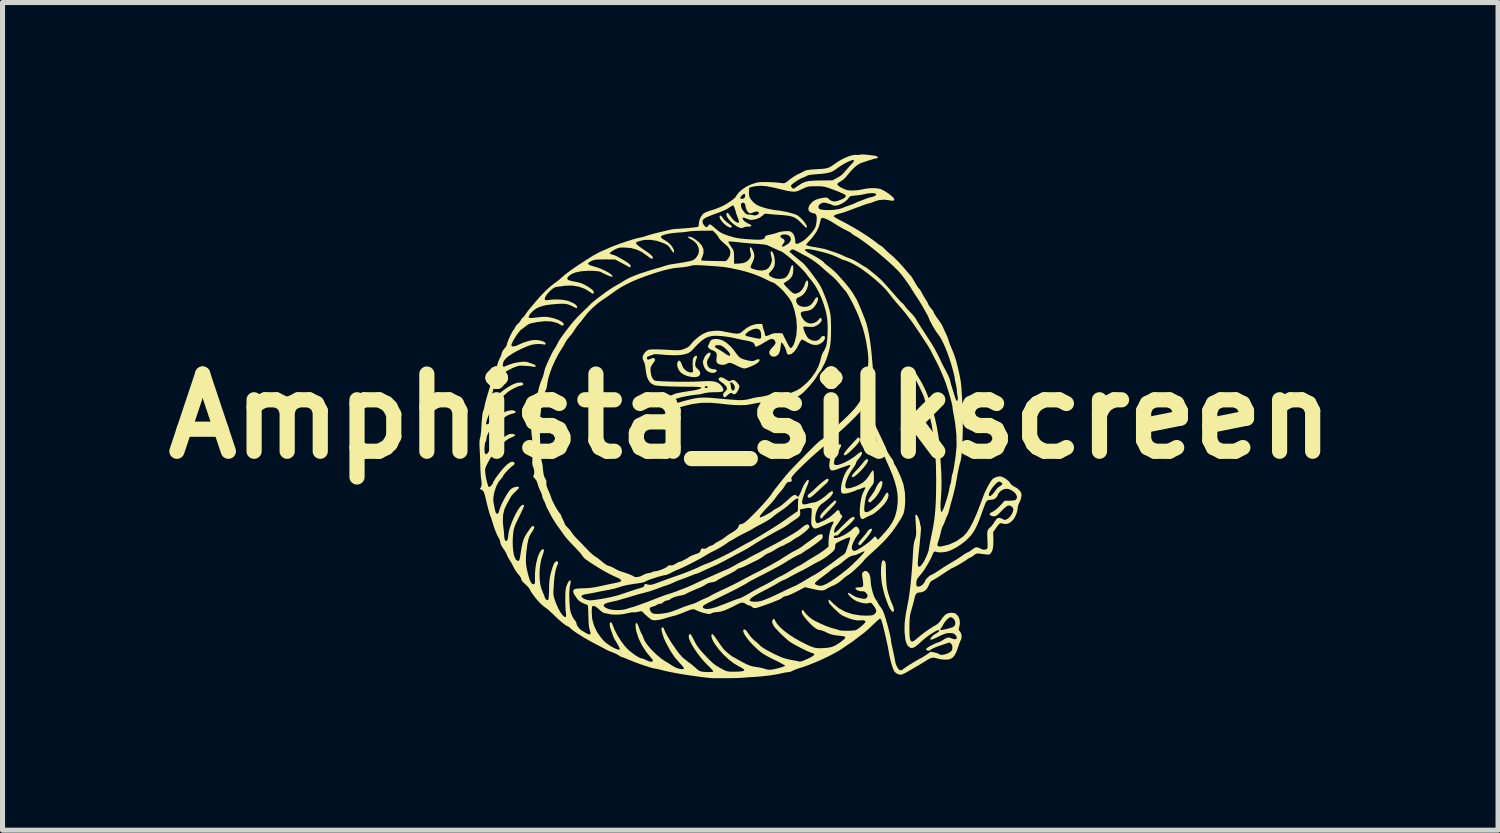
<source format=kicad_pcb>
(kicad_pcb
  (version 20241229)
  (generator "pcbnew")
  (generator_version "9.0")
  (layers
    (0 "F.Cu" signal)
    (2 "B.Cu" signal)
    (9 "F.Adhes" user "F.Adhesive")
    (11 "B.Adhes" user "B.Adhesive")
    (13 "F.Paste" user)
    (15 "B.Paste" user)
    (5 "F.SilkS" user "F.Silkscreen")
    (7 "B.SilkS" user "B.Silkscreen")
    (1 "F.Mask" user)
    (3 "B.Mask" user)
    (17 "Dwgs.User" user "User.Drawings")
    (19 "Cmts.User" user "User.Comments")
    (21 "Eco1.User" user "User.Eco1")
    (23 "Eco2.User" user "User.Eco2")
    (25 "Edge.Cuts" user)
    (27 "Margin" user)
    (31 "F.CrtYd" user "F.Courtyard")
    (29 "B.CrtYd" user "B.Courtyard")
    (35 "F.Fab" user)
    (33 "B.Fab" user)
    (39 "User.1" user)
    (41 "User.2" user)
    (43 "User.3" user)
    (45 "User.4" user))
  (footprint "Amphista_silkscreen"
    (layer "F.Cu")
    (at 11.764 5.17)
    (property "Reference" "Amphista_silkscreen" (at 0 0 0) (layer "F.SilkS") (effects (font (size 1.524 1.524) (thickness 0.3))))
    (attr board_only exclude_from_pos_files exclude_from_bom)
    (fp_poly (pts (xy -0.57 -3.953) (xy -0.549 -3.925) (xy -0.543 -3.915) (xy -0.515 -3.881) (xy -0.473 -3.841) (xy -0.435 -3.812) (xy -0.396 -3.783) (xy -0.37 -3.758) (xy -0.362 -3.743) (xy -0.38 -3.726) (xy -0.414 -3.731) (xy -0.464 -3.759) (xy -0.478 -3.769) (xy -0.523 -3.807) (xy -0.561 -3.849) (xy -0.59 -3.89) (xy -0.605 -3.926) (xy -0.606 -3.952) (xy -0.589 -3.964) (xy -0.585 -3.964)) (stroke (width 0) (type solid)) (fill yes) (layer "F.SilkS"))
    (fp_poly (pts (xy 2.325 0.858) (xy 2.324 0.882) (xy 2.305 0.921) (xy 2.271 0.971) (xy 2.225 1.028) (xy 2.17 1.088) (xy 2.157 1.101) (xy 2.097 1.156) (xy 2.051 1.19) (xy 2.02 1.202) (xy 2.005 1.191) (xy 2.003 1.181) (xy 2.013 1.16) (xy 2.038 1.128) (xy 2.071 1.091) (xy 2.144 1.014) (xy 2.203 0.946) (xy 2.246 0.891) (xy 2.28 0.855) (xy 2.307 0.845)) (stroke (width 0) (type solid)) (fill yes) (layer "F.SilkS"))
    (fp_poly (pts (xy 2.14 0.42) (xy 2.152 0.428) (xy 2.165 0.45) (xy 2.159 0.481) (xy 2.134 0.523) (xy 2.088 0.579) (xy 2.02 0.649) (xy 2.019 0.649) (xy 1.954 0.711) (xy 1.905 0.75) (xy 1.872 0.769) (xy 1.853 0.768) (xy 1.846 0.748) (xy 1.846 0.746) (xy 1.855 0.726) (xy 1.881 0.69) (xy 1.919 0.643) (xy 1.967 0.589) (xy 1.984 0.57) (xy 2.034 0.517) (xy 2.076 0.471) (xy 2.108 0.437) (xy 2.125 0.419) (xy 2.127 0.417)) (stroke (width 0) (type solid)) (fill yes) (layer "F.SilkS"))
    (fp_poly (pts (xy 2.401 2.224) (xy 2.402 2.245) (xy 2.384 2.282) (xy 2.349 2.334) (xy 2.3 2.398) (xy 2.268 2.436) (xy 2.221 2.489) (xy 2.19 2.522) (xy 2.169 2.54) (xy 2.155 2.545) (xy 2.144 2.54) (xy 2.142 2.538) (xy 2.133 2.52) (xy 2.139 2.496) (xy 2.162 2.461) (xy 2.203 2.412) (xy 2.212 2.401) (xy 2.252 2.354) (xy 2.287 2.311) (xy 2.309 2.278) (xy 2.312 2.273) (xy 2.336 2.244) (xy 2.365 2.224) (xy 2.392 2.219)) (stroke (width 0) (type solid)) (fill yes) (layer "F.SilkS"))
    (fp_poly (pts (xy 1.692 1.671) (xy 1.698 1.682) (xy 1.692 1.702) (xy 1.666 1.739) (xy 1.618 1.792) (xy 1.574 1.837) (xy 1.523 1.889) (xy 1.48 1.935) (xy 1.447 1.971) (xy 1.429 1.992) (xy 1.429 1.994) (xy 1.408 2.015) (xy 1.388 2.011) (xy 1.379 1.996) (xy 1.38 1.97) (xy 1.395 1.937) (xy 1.396 1.935) (xy 1.417 1.91) (xy 1.45 1.872) (xy 1.493 1.828) (xy 1.54 1.781) (xy 1.586 1.736) (xy 1.628 1.698) (xy 1.659 1.671) (xy 1.676 1.66) (xy 1.676 1.66)) (stroke (width 0) (type solid)) (fill yes) (layer "F.SilkS"))
    (fp_poly (pts (xy 2.606 1.293) (xy 2.609 1.327) (xy 2.599 1.376) (xy 2.577 1.433) (xy 2.546 1.494) (xy 2.507 1.555) (xy 2.462 1.612) (xy 2.447 1.628) (xy 2.404 1.669) (xy 2.377 1.693) (xy 2.358 1.7) (xy 2.344 1.694) (xy 2.333 1.682) (xy 2.327 1.667) (xy 2.333 1.646) (xy 2.354 1.613) (xy 2.385 1.571) (xy 2.42 1.522) (xy 2.45 1.476) (xy 2.468 1.441) (xy 2.469 1.438) (xy 2.492 1.387) (xy 2.52 1.339) (xy 2.549 1.301) (xy 2.575 1.279) (xy 2.587 1.277)) (stroke (width 0) (type solid)) (fill yes) (layer "F.SilkS"))
    (fp_poly (pts (xy -0.784 -1.238) (xy -0.793 -1.203) (xy -0.818 -1.158) (xy -0.845 -1.114) (xy -0.855 -1.077) (xy -0.854 -1.038) (xy -0.835 -0.982) (xy -0.795 -0.946) (xy -0.737 -0.931) (xy -0.727 -0.93) (xy -0.683 -0.925) (xy -0.663 -0.909) (xy -0.669 -0.884) (xy -0.673 -0.879) (xy -0.705 -0.861) (xy -0.751 -0.858) (xy -0.802 -0.868) (xy -0.848 -0.892) (xy -0.855 -0.898) (xy -0.897 -0.946) (xy -0.924 -1.006) (xy -0.935 -1.065) (xy -0.931 -1.099) (xy -0.899 -1.179) (xy -0.855 -1.233) (xy -0.853 -1.234) (xy -0.816 -1.257) (xy -0.793 -1.257)) (stroke (width 0) (type solid)) (fill yes) (layer "F.SilkS"))
    (fp_poly (pts (xy 1.543 1.24) (xy 1.544 1.264) (xy 1.529 1.295) (xy 1.501 1.326) (xy 1.499 1.328) (xy 1.469 1.354) (xy 1.425 1.393) (xy 1.374 1.441) (xy 1.335 1.477) (xy 1.273 1.534) (xy 1.227 1.573) (xy 1.195 1.597) (xy 1.171 1.607) (xy 1.153 1.608) (xy 1.148 1.607) (xy 1.132 1.589) (xy 1.135 1.562) (xy 1.157 1.534) (xy 1.17 1.524) (xy 1.201 1.5) (xy 1.242 1.464) (xy 1.274 1.433) (xy 1.325 1.384) (xy 1.378 1.336) (xy 1.431 1.292) (xy 1.476 1.258) (xy 1.511 1.236) (xy 1.526 1.231)) (stroke (width 0) (type solid)) (fill yes) (layer "F.SilkS"))
    (fp_poly (pts (xy 2.656 2.86) (xy 2.672 2.894) (xy 2.676 2.931) (xy 2.678 3.059) (xy 2.68 3.164) (xy 2.684 3.248) (xy 2.689 3.317) (xy 2.696 3.375) (xy 2.706 3.426) (xy 2.718 3.474) (xy 2.725 3.499) (xy 2.747 3.566) (xy 2.771 3.633) (xy 2.793 3.687) (xy 2.799 3.7) (xy 2.822 3.757) (xy 2.835 3.804) (xy 2.836 3.84) (xy 2.828 3.859) (xy 2.81 3.858) (xy 2.786 3.838) (xy 2.756 3.794) (xy 2.723 3.726) (xy 2.69 3.642) (xy 2.658 3.547) (xy 2.63 3.447) (xy 2.607 3.348) (xy 2.591 3.256) (xy 2.589 3.231) (xy 2.582 3.144) (xy 2.58 3.058) (xy 2.582 2.981) (xy 2.589 2.916) (xy 2.599 2.87) (xy 2.611 2.848) (xy 2.635 2.842)) (stroke (width 0) (type solid)) (fill yes) (layer "F.SilkS"))
    (fp_poly (pts (xy -1.056 -1.194) (xy -1.052 -1.171) (xy -1.065 -1.133) (xy -1.08 -1.088) (xy -1.087 -1.037) (xy -1.088 -1.032) (xy -1.084 -0.991) (xy -1.067 -0.961) (xy -1.037 -0.934) (xy -0.999 -0.892) (xy -0.987 -0.849) (xy -1.001 -0.81) (xy -1.014 -0.796) (xy -1.051 -0.779) (xy -1.106 -0.774) (xy -1.174 -0.779) (xy -1.245 -0.796) (xy -1.256 -0.8) (xy -1.306 -0.821) (xy -1.351 -0.847) (xy -1.368 -0.86) (xy -1.406 -0.906) (xy -1.432 -0.96) (xy -1.444 -1.014) (xy -1.44 -1.06) (xy -1.422 -1.089) (xy -1.402 -1.1) (xy -1.385 -1.088) (xy -1.379 -1.08) (xy -1.359 -1.043) (xy -1.35 -1.016) (xy -1.32 -0.951) (xy -1.266 -0.9) (xy -1.23 -0.88) (xy -1.185 -0.866) (xy -1.15 -0.867) (xy -1.13 -0.881) (xy -1.13 -0.904) (xy -1.134 -0.927) (xy -1.136 -0.97) (xy -1.138 -1.024) (xy -1.138 -1.034) (xy -1.137 -1.092) (xy -1.132 -1.13) (xy -1.122 -1.156) (xy -1.106 -1.176) (xy -1.076 -1.197)) (stroke (width 0) (type solid)) (fill yes) (layer "F.SilkS"))
    (fp_poly (pts (xy -0.551 -0.766) (xy -0.506 -0.744) (xy -0.483 -0.729) (xy -0.443 -0.704) (xy -0.419 -0.695) (xy -0.399 -0.697) (xy -0.384 -0.706) (xy -0.342 -0.719) (xy -0.321 -0.715) (xy -0.291 -0.696) (xy -0.258 -0.664) (xy -0.23 -0.628) (xy -0.215 -0.598) (xy -0.215 -0.592) (xy -0.223 -0.553) (xy -0.245 -0.505) (xy -0.273 -0.464) (xy -0.284 -0.452) (xy -0.308 -0.435) (xy -0.328 -0.436) (xy -0.349 -0.449) (xy -0.371 -0.461) (xy -0.389 -0.461) (xy -0.413 -0.447) (xy -0.444 -0.422) (xy -0.48 -0.392) (xy -0.501 -0.377) (xy -0.512 -0.376) (xy -0.523 -0.385) (xy -0.529 -0.393) (xy -0.539 -0.425) (xy -0.526 -0.461) (xy -0.493 -0.493) (xy -0.464 -0.524) (xy -0.462 -0.562) (xy -0.485 -0.604) (xy -0.534 -0.649) (xy -0.56 -0.667) (xy -0.563 -0.669) (xy -0.396 -0.669) (xy -0.395 -0.65) (xy -0.393 -0.643) (xy -0.384 -0.601) (xy -0.381 -0.573) (xy -0.371 -0.531) (xy -0.352 -0.51) (xy -0.33 -0.511) (xy -0.311 -0.537) (xy -0.306 -0.554) (xy -0.308 -0.593) (xy -0.329 -0.633) (xy -0.36 -0.663) (xy -0.379 -0.67) (xy -0.396 -0.669) (xy -0.563 -0.669) (xy -0.606 -0.701) (xy -0.626 -0.731) (xy -0.621 -0.754) (xy -0.614 -0.76) (xy -0.584 -0.771)) (stroke (width 0) (type solid)) (fill yes) (layer "F.SilkS"))
    (fp_poly (pts (xy -0.612 -1.52) (xy -0.549 -1.5) (xy -0.54 -1.496) (xy -0.472 -1.454) (xy -0.4 -1.392) (xy -0.334 -1.319) (xy -0.302 -1.275) (xy -0.258 -1.215) (xy -0.221 -1.174) (xy -0.183 -1.147) (xy -0.138 -1.128) (xy -0.111 -1.12) (xy -0.038 -1.101) (xy 0.015 -1.092) (xy 0.055 -1.093) (xy 0.089 -1.103) (xy 0.098 -1.108) (xy 0.144 -1.126) (xy 0.175 -1.127) (xy 0.187 -1.113) (xy 0.176 -1.087) (xy 0.154 -1.063) (xy 0.117 -1.037) (xy 0.064 -1.008) (xy 0.004 -0.981) (xy -0.055 -0.959) (xy -0.103 -0.946) (xy -0.12 -0.945) (xy -0.154 -0.952) (xy -0.202 -0.97) (xy -0.257 -0.996) (xy -0.269 -1.002) (xy -0.336 -1.036) (xy -0.385 -1.053) (xy -0.422 -1.056) (xy -0.453 -1.045) (xy -0.464 -1.037) (xy -0.507 -1.02) (xy -0.56 -1.016) (xy -0.611 -1.026) (xy -0.646 -1.046) (xy -0.663 -1.067) (xy -0.67 -1.092) (xy -0.669 -1.13) (xy -0.666 -1.16) (xy -0.662 -1.208) (xy -0.665 -1.238) (xy -0.676 -1.259) (xy -0.689 -1.272) (xy -0.719 -1.294) (xy -0.743 -1.303) (xy -0.769 -1.312) (xy -0.802 -1.333) (xy -0.806 -1.336) (xy -0.831 -1.36) (xy -0.837 -1.378) (xy -0.701 -1.378) (xy -0.681 -1.354) (xy -0.64 -1.329) (xy -0.591 -1.302) (xy -0.537 -1.268) (xy -0.515 -1.252) (xy -0.475 -1.225) (xy -0.442 -1.205) (xy -0.429 -1.199) (xy -0.403 -1.197) (xy -0.396 -1.213) (xy -0.408 -1.244) (xy -0.422 -1.266) (xy -0.468 -1.317) (xy -0.518 -1.361) (xy -0.566 -1.392) (xy -0.602 -1.404) (xy -0.66 -1.404) (xy -0.693 -1.395) (xy -0.701 -1.378) (xy -0.837 -1.378) (xy -0.838 -1.378) (xy -0.827 -1.405) (xy -0.824 -1.411) (xy -0.807 -1.448) (xy -0.795 -1.478) (xy -0.773 -1.506) (xy -0.731 -1.523) (xy -0.675 -1.528)) (stroke (width 0) (type solid)) (fill yes) (layer "F.SilkS"))
    (fp_poly (pts (xy 1.78 0.554) (xy 1.789 0.558) (xy 1.794 0.57) (xy 1.788 0.594) (xy 1.768 0.635) (xy 1.742 0.682) (xy 1.699 0.763) (xy 1.669 0.834) (xy 1.654 0.894) (xy 1.654 0.937) (xy 1.664 0.954) (xy 1.692 0.963) (xy 1.738 0.958) (xy 1.798 0.939) (xy 1.868 0.909) (xy 1.941 0.871) (xy 2.015 0.825) (xy 2.083 0.775) (xy 2.105 0.757) (xy 2.151 0.72) (xy 2.182 0.703) (xy 2.199 0.703) (xy 2.201 0.704) (xy 2.206 0.729) (xy 2.192 0.766) (xy 2.161 0.813) (xy 2.131 0.848) (xy 2.105 0.881) (xy 2.09 0.912) (xy 2.089 0.919) (xy 2.081 0.944) (xy 2.059 0.982) (xy 2.028 1.026) (xy 2.027 1.028) (xy 1.98 1.097) (xy 1.94 1.169) (xy 1.908 1.24) (xy 1.886 1.305) (xy 1.876 1.36) (xy 1.879 1.4) (xy 1.896 1.422) (xy 1.896 1.422) (xy 1.927 1.424) (xy 1.977 1.415) (xy 2.037 1.397) (xy 2.1 1.374) (xy 2.147 1.352) (xy 2.222 1.308) (xy 2.281 1.256) (xy 2.332 1.19) (xy 2.356 1.152) (xy 2.384 1.108) (xy 2.408 1.076) (xy 2.423 1.063) (xy 2.425 1.064) (xy 2.432 1.079) (xy 2.438 1.118) (xy 2.441 1.174) (xy 2.441 1.193) (xy 2.441 1.255) (xy 2.439 1.296) (xy 2.431 1.324) (xy 2.417 1.35) (xy 2.401 1.371) (xy 2.348 1.444) (xy 2.31 1.515) (xy 2.282 1.593) (xy 2.264 1.684) (xy 2.253 1.775) (xy 2.249 1.829) (xy 2.252 1.862) (xy 2.261 1.882) (xy 2.266 1.888) (xy 2.294 1.893) (xy 2.336 1.88) (xy 2.387 1.851) (xy 2.443 1.811) (xy 2.501 1.761) (xy 2.555 1.706) (xy 2.601 1.65) (xy 2.628 1.608) (xy 2.66 1.552) (xy 2.684 1.519) (xy 2.702 1.506) (xy 2.715 1.512) (xy 2.721 1.519) (xy 2.73 1.556) (xy 2.72 1.607) (xy 2.692 1.667) (xy 2.677 1.692) (xy 2.638 1.742) (xy 2.586 1.797) (xy 2.529 1.85) (xy 2.472 1.897) (xy 2.422 1.932) (xy 2.39 1.948) (xy 2.345 1.966) (xy 2.295 1.991) (xy 2.281 1.998) (xy 2.241 2.021) (xy 2.218 2.03) (xy 2.202 2.026) (xy 2.185 2.012) (xy 2.183 2.01) (xy 2.17 1.979) (xy 2.162 1.928) (xy 2.161 1.861) (xy 2.166 1.784) (xy 2.175 1.704) (xy 2.189 1.626) (xy 2.207 1.557) (xy 2.228 1.505) (xy 2.25 1.461) (xy 2.266 1.428) (xy 2.273 1.413) (xy 2.268 1.403) (xy 2.245 1.405) (xy 2.21 1.416) (xy 2.195 1.424) (xy 2.159 1.439) (xy 2.131 1.445) (xy 2.105 1.451) (xy 2.099 1.455) (xy 2.077 1.467) (xy 2.035 1.483) (xy 1.984 1.5) (xy 1.931 1.515) (xy 1.886 1.524) (xy 1.884 1.524) (xy 1.837 1.527) (xy 1.807 1.515) (xy 1.793 1.485) (xy 1.79 1.434) (xy 1.793 1.398) (xy 1.807 1.313) (xy 1.832 1.225) (xy 1.864 1.144) (xy 1.9 1.077) (xy 1.926 1.044) (xy 1.958 1.006) (xy 1.973 0.977) (xy 1.97 0.962) (xy 1.95 0.963) (xy 1.851 0.996) (xy 1.772 1.024) (xy 1.715 1.046) (xy 1.65 1.067) (xy 1.606 1.069) (xy 1.578 1.05) (xy 1.563 1.008) (xy 1.56 0.949) (xy 1.573 0.851) (xy 1.609 0.748) (xy 1.665 0.65) (xy 1.692 0.613) (xy 1.729 0.572) (xy 1.756 0.553)) (stroke (width 0) (type solid)) (fill yes) (layer "F.SilkS"))
    (fp_poly (pts (xy 2.253 -5.169) (xy 2.307 -5.164) (xy 2.367 -5.157) (xy 2.422 -5.15) (xy 2.461 -5.146) (xy 2.493 -5.137) (xy 2.514 -5.121) (xy 2.52 -5.106) (xy 2.506 -5.095) (xy 2.495 -5.094) (xy 2.466 -5.09) (xy 2.413 -5.075) (xy 2.338 -5.052) (xy 2.242 -5.02) (xy 2.182 -5) (xy 2.126 -4.97) (xy 2.061 -4.919) (xy 1.993 -4.851) (xy 1.939 -4.787) (xy 1.881 -4.717) (xy 1.829 -4.668) (xy 1.776 -4.633) (xy 1.764 -4.627) (xy 1.728 -4.604) (xy 1.718 -4.581) (xy 1.734 -4.555) (xy 1.777 -4.526) (xy 1.814 -4.506) (xy 1.868 -4.481) (xy 1.912 -4.467) (xy 1.959 -4.46) (xy 2.021 -4.459) (xy 2.025 -4.459) (xy 2.095 -4.463) (xy 2.168 -4.472) (xy 2.227 -4.484) (xy 2.308 -4.499) (xy 2.396 -4.506) (xy 2.481 -4.504) (xy 2.552 -4.493) (xy 2.571 -4.488) (xy 2.617 -4.467) (xy 2.673 -4.435) (xy 2.73 -4.397) (xy 2.781 -4.358) (xy 2.819 -4.325) (xy 2.83 -4.31) (xy 2.844 -4.278) (xy 2.833 -4.26) (xy 2.798 -4.257) (xy 2.761 -4.263) (xy 2.642 -4.278) (xy 2.532 -4.268) (xy 2.456 -4.243) (xy 2.409 -4.224) (xy 2.371 -4.211) (xy 2.352 -4.207) (xy 2.329 -4.202) (xy 2.287 -4.189) (xy 2.237 -4.171) (xy 2.235 -4.171) (xy 2.16 -4.142) (xy 2.075 -4.111) (xy 1.991 -4.079) (xy 1.916 -4.052) (xy 1.875 -4.036) (xy 1.824 -4.02) (xy 1.774 -4.007) (xy 1.716 -3.991) (xy 1.672 -3.974) (xy 1.648 -3.957) (xy 1.646 -3.951) (xy 1.658 -3.939) (xy 1.69 -3.918) (xy 1.737 -3.891) (xy 1.778 -3.87) (xy 1.918 -3.796) (xy 2.06 -3.716) (xy 2.196 -3.633) (xy 2.322 -3.552) (xy 2.43 -3.476) (xy 2.478 -3.439) (xy 2.523 -3.404) (xy 2.56 -3.378) (xy 2.582 -3.364) (xy 2.586 -3.363) (xy 2.601 -3.353) (xy 2.629 -3.328) (xy 2.666 -3.292) (xy 2.669 -3.289) (xy 2.713 -3.246) (xy 2.759 -3.205) (xy 2.791 -3.179) (xy 2.826 -3.148) (xy 2.875 -3.101) (xy 2.932 -3.043) (xy 2.991 -2.978) (xy 3.049 -2.913) (xy 3.099 -2.853) (xy 3.13 -2.816) (xy 3.155 -2.789) (xy 3.166 -2.779) (xy 3.177 -2.765) (xy 3.198 -2.732) (xy 3.227 -2.685) (xy 3.249 -2.646) (xy 3.28 -2.593) (xy 3.308 -2.551) (xy 3.327 -2.525) (xy 3.334 -2.519) (xy 3.346 -2.507) (xy 3.366 -2.476) (xy 3.39 -2.433) (xy 3.419 -2.379) (xy 3.45 -2.327) (xy 3.469 -2.296) (xy 3.494 -2.257) (xy 3.512 -2.221) (xy 3.514 -2.213) (xy 3.529 -2.184) (xy 3.557 -2.147) (xy 3.572 -2.129) (xy 3.6 -2.094) (xy 3.618 -2.065) (xy 3.62 -2.055) (xy 3.629 -2.035) (xy 3.65 -1.999) (xy 3.682 -1.952) (xy 3.705 -1.921) (xy 3.742 -1.868) (xy 3.773 -1.821) (xy 3.794 -1.785) (xy 3.8 -1.773) (xy 3.811 -1.744) (xy 3.832 -1.699) (xy 3.856 -1.647) (xy 3.857 -1.646) (xy 3.882 -1.592) (xy 3.903 -1.54) (xy 3.914 -1.503) (xy 3.925 -1.465) (xy 3.945 -1.412) (xy 3.969 -1.355) (xy 3.971 -1.352) (xy 4.02 -1.233) (xy 4.062 -1.105) (xy 4.1 -0.958) (xy 4.105 -0.937) (xy 4.126 -0.842) (xy 4.141 -0.768) (xy 4.152 -0.707) (xy 4.16 -0.651) (xy 4.166 -0.595) (xy 4.171 -0.529) (xy 4.172 -0.501) (xy 4.177 -0.423) (xy 4.182 -0.346) (xy 4.186 -0.278) (xy 4.188 -0.243) (xy 4.193 -0.139) (xy 4.196 -0.023) (xy 4.197 0.102) (xy 4.196 0.23) (xy 4.193 0.358) (xy 4.189 0.482) (xy 4.183 0.597) (xy 4.177 0.7) (xy 4.168 0.786) (xy 4.159 0.851) (xy 4.151 0.887) (xy 4.137 0.935) (xy 4.12 1.002) (xy 4.104 1.079) (xy 4.089 1.155) (xy 4.079 1.217) (xy 4.051 1.37) (xy 4.01 1.544) (xy 3.979 1.653) (xy 3.96 1.721) (xy 3.941 1.794) (xy 3.928 1.845) (xy 3.915 1.895) (xy 3.902 1.934) (xy 3.894 1.952) (xy 3.883 1.973) (xy 3.866 2.012) (xy 3.85 2.053) (xy 3.831 2.104) (xy 3.812 2.146) (xy 3.8 2.168) (xy 3.788 2.196) (xy 3.773 2.242) (xy 3.759 2.298) (xy 3.758 2.304) (xy 3.743 2.366) (xy 3.726 2.426) (xy 3.711 2.471) (xy 3.711 2.471) (xy 3.695 2.524) (xy 3.698 2.556) (xy 3.72 2.57) (xy 3.764 2.569) (xy 3.774 2.568) (xy 3.923 2.532) (xy 4.063 2.469) (xy 4.191 2.381) (xy 4.213 2.362) (xy 4.273 2.296) (xy 4.335 2.202) (xy 4.398 2.083) (xy 4.462 1.94) (xy 4.507 1.825) (xy 4.526 1.775) (xy 4.542 1.732) (xy 4.551 1.71) (xy 4.561 1.683) (xy 4.578 1.638) (xy 4.598 1.584) (xy 4.602 1.574) (xy 4.611 1.55) (xy 4.708 1.55) (xy 4.716 1.573) (xy 4.736 1.574) (xy 4.765 1.556) (xy 4.799 1.521) (xy 4.827 1.484) (xy 4.859 1.44) (xy 4.89 1.406) (xy 4.913 1.389) (xy 4.948 1.368) (xy 4.966 1.352) (xy 4.978 1.331) (xy 4.968 1.315) (xy 4.959 1.308) (xy 4.93 1.292) (xy 4.913 1.288) (xy 4.884 1.3) (xy 4.847 1.331) (xy 4.807 1.375) (xy 4.768 1.425) (xy 4.735 1.477) (xy 4.714 1.522) (xy 4.708 1.55) (xy 4.611 1.55) (xy 4.63 1.504) (xy 4.665 1.431) (xy 4.702 1.36) (xy 4.739 1.299) (xy 4.772 1.253) (xy 4.798 1.227) (xy 4.862 1.196) (xy 4.924 1.185) (xy 4.956 1.189) (xy 5.009 1.212) (xy 5.063 1.247) (xy 5.109 1.289) (xy 5.132 1.32) (xy 5.161 1.355) (xy 5.199 1.381) (xy 5.267 1.418) (xy 5.32 1.467) (xy 5.344 1.501) (xy 5.356 1.552) (xy 5.347 1.616) (xy 5.321 1.688) (xy 5.309 1.71) (xy 5.29 1.753) (xy 5.281 1.795) (xy 5.28 1.801) (xy 5.272 1.867) (xy 5.249 1.939) (xy 5.216 2.006) (xy 5.192 2.04) (xy 5.137 2.093) (xy 5.083 2.121) (xy 5.024 2.126) (xy 4.957 2.111) (xy 4.939 2.11) (xy 4.919 2.121) (xy 4.894 2.149) (xy 4.861 2.193) (xy 4.795 2.286) (xy 4.8 2.42) (xy 4.799 2.526) (xy 4.79 2.608) (xy 4.772 2.667) (xy 4.747 2.705) (xy 4.734 2.718) (xy 4.721 2.726) (xy 4.701 2.73) (xy 4.671 2.729) (xy 4.625 2.724) (xy 4.557 2.715) (xy 4.519 2.709) (xy 4.481 2.708) (xy 4.449 2.719) (xy 4.412 2.746) (xy 4.377 2.772) (xy 4.349 2.788) (xy 4.341 2.79) (xy 4.319 2.799) (xy 4.288 2.82) (xy 4.283 2.824) (xy 4.255 2.844) (xy 4.212 2.871) (xy 4.161 2.903) (xy 4.108 2.934) (xy 4.059 2.961) (xy 4.02 2.981) (xy 3.998 2.991) (xy 3.997 2.991) (xy 3.98 2.998) (xy 3.947 3.018) (xy 3.903 3.046) (xy 3.892 3.053) (xy 3.8 3.114) (xy 3.728 3.161) (xy 3.672 3.196) (xy 3.63 3.221) (xy 3.599 3.238) (xy 3.596 3.24) (xy 3.562 3.264) (xy 3.537 3.303) (xy 3.524 3.336) (xy 3.488 3.404) (xy 3.437 3.452) (xy 3.374 3.475) (xy 3.347 3.477) (xy 3.302 3.484) (xy 3.272 3.508) (xy 3.252 3.554) (xy 3.247 3.574) (xy 3.231 3.642) (xy 3.207 3.731) (xy 3.178 3.835) (xy 3.168 3.871) (xy 3.156 3.919) (xy 3.149 3.976) (xy 3.144 4.048) (xy 3.142 4.142) (xy 3.142 4.171) (xy 3.143 4.277) (xy 3.147 4.356) (xy 3.157 4.41) (xy 3.173 4.44) (xy 3.196 4.448) (xy 3.229 4.436) (xy 3.271 4.404) (xy 3.31 4.37) (xy 3.372 4.319) (xy 3.447 4.262) (xy 3.521 4.21) (xy 3.749 4.21) (xy 3.756 4.218) (xy 3.777 4.219) (xy 3.818 4.212) (xy 3.882 4.198) (xy 3.899 4.193) (xy 3.965 4.175) (xy 4.008 4.158) (xy 4.032 4.137) (xy 4.044 4.11) (xy 4.047 4.089) (xy 4.044 4.044) (xy 4.023 4.008) (xy 4.015 4) (xy 3.985 3.976) (xy 3.96 3.964) (xy 3.958 3.964) (xy 3.928 3.975) (xy 3.89 4.005) (xy 3.851 4.048) (xy 3.818 4.096) (xy 3.809 4.112) (xy 3.788 4.152) (xy 3.769 4.179) (xy 3.763 4.186) (xy 3.75 4.206) (xy 3.749 4.21) (xy 3.521 4.21) (xy 3.528 4.205) (xy 3.606 4.154) (xy 3.672 4.117) (xy 3.674 4.116) (xy 3.707 4.091) (xy 3.744 4.05) (xy 3.769 4.016) (xy 3.802 3.969) (xy 3.838 3.929) (xy 3.861 3.909) (xy 3.911 3.886) (xy 3.971 3.878) (xy 4.028 3.885) (xy 4.061 3.9) (xy 4.106 3.948) (xy 4.132 4.013) (xy 4.139 4.087) (xy 4.128 4.147) (xy 4.117 4.189) (xy 4.116 4.214) (xy 4.127 4.233) (xy 4.135 4.242) (xy 4.162 4.287) (xy 4.173 4.341) (xy 4.168 4.391) (xy 4.16 4.41) (xy 4.146 4.438) (xy 4.127 4.486) (xy 4.107 4.544) (xy 4.1 4.565) (xy 4.067 4.656) (xy 4.032 4.722) (xy 3.993 4.766) (xy 3.946 4.792) (xy 3.941 4.794) (xy 3.89 4.803) (xy 3.824 4.803) (xy 3.755 4.796) (xy 3.694 4.782) (xy 3.68 4.777) (xy 3.618 4.764) (xy 3.558 4.775) (xy 3.503 4.804) (xy 3.459 4.833) (xy 3.396 4.871) (xy 3.323 4.915) (xy 3.245 4.961) (xy 3.17 5.005) (xy 3.103 5.043) (xy 3.052 5.071) (xy 3.039 5.077) (xy 2.996 5.097) (xy 2.964 5.102) (xy 2.932 5.096) (xy 2.927 5.095) (xy 2.885 5.074) (xy 2.852 5.047) (xy 2.832 5.015) (xy 2.811 4.961) (xy 2.788 4.89) (xy 2.766 4.809) (xy 2.747 4.724) (xy 2.733 4.644) (xy 2.724 4.594) (xy 2.711 4.527) (xy 2.693 4.446) (xy 2.674 4.359) (xy 2.653 4.271) (xy 2.633 4.188) (xy 2.615 4.115) (xy 2.6 4.059) (xy 2.589 4.026) (xy 2.574 4.001) (xy 2.562 3.992) (xy 2.547 4.002) (xy 2.516 4.028) (xy 2.474 4.066) (xy 2.425 4.113) (xy 2.423 4.114) (xy 2.368 4.167) (xy 2.315 4.216) (xy 2.269 4.256) (xy 2.24 4.279) (xy 2.2 4.309) (xy 2.148 4.349) (xy 2.094 4.39) (xy 2.089 4.394) (xy 2.04 4.431) (xy 1.994 4.464) (xy 1.96 4.488) (xy 1.956 4.49) (xy 1.923 4.511) (xy 1.878 4.542) (xy 1.834 4.573) (xy 1.75 4.628) (xy 1.644 4.687) (xy 1.523 4.749) (xy 1.393 4.81) (xy 1.26 4.867) (xy 1.13 4.918) (xy 1.009 4.96) (xy 0.966 4.973) (xy 0.911 4.991) (xy 0.861 5.011) (xy 0.835 5.025) (xy 0.794 5.043) (xy 0.753 5.051) (xy 0.751 5.051) (xy 0.71 5.055) (xy 0.662 5.064) (xy 0.66 5.065) (xy 0.535 5.092) (xy 0.391 5.115) (xy 0.237 5.133) (xy 0.086 5.145) (xy 0.016 5.149) (xy -0.049 5.153) (xy -0.101 5.157) (xy -0.122 5.159) (xy -0.168 5.163) (xy -0.235 5.166) (xy -0.319 5.169) (xy -0.412 5.17) (xy -0.509 5.171) (xy -0.602 5.171) (xy -0.686 5.171) (xy -0.755 5.169) (xy -0.801 5.166) (xy -0.801 5.166) (xy -0.976 5.146) (xy -1.152 5.122) (xy -1.322 5.096) (xy -1.483 5.068) (xy -1.628 5.039) (xy -1.751 5.01) (xy -1.779 5.003) (xy -1.828 4.99) (xy -1.869 4.982) (xy -1.887 4.98) (xy -1.915 4.975) (xy -1.964 4.962) (xy -2.029 4.941) (xy -2.104 4.917) (xy -2.184 4.889) (xy -2.264 4.86) (xy -2.337 4.831) (xy -2.391 4.809) (xy -2.449 4.785) (xy -2.498 4.765) (xy -2.531 4.753) (xy -2.542 4.751) (xy -2.563 4.743) (xy -2.593 4.723) (xy -2.624 4.704) (xy -2.672 4.68) (xy -2.726 4.658) (xy -2.782 4.636) (xy -2.833 4.613) (xy -2.868 4.595) (xy -2.902 4.576) (xy -2.952 4.549) (xy -3.008 4.52) (xy -3.019 4.514) (xy -3.106 4.469) (xy -3.196 4.419) (xy -3.284 4.368) (xy -3.366 4.318) (xy -3.439 4.271) (xy -3.498 4.229) (xy -3.539 4.197) (xy -3.557 4.178) (xy -3.575 4.163) (xy -3.609 4.143) (xy -3.626 4.136) (xy -3.659 4.116) (xy -3.707 4.078) (xy -3.766 4.028) (xy -3.832 3.968) (xy -3.849 3.951) (xy -3.905 3.897) (xy -3.955 3.851) (xy -3.993 3.816) (xy -4.017 3.796) (xy -4.024 3.792) (xy -4.038 3.783) (xy -4.069 3.76) (xy -4.108 3.727) (xy -4.116 3.72) (xy -4.166 3.672) (xy -4.219 3.612) (xy -4.27 3.549) (xy -4.313 3.488) (xy -4.344 3.438) (xy -4.352 3.419) (xy -4.37 3.391) (xy -4.403 3.353) (xy -4.444 3.314) (xy -4.444 3.314) (xy -4.494 3.266) (xy -4.519 3.229) (xy -4.522 3.213) (xy -4.532 3.183) (xy -4.559 3.144) (xy -4.577 3.123) (xy -4.615 3.076) (xy -4.652 3.019) (xy -4.669 2.986) (xy -4.698 2.929) (xy -4.73 2.872) (xy -4.748 2.845) (xy -4.776 2.797) (xy -4.8 2.75) (xy -4.806 2.733) (xy -4.824 2.694) (xy -4.853 2.645) (xy -4.88 2.606) (xy -4.919 2.546) (xy -4.936 2.498) (xy -4.937 2.487) (xy -4.945 2.446) (xy -4.966 2.404) (xy -4.969 2.399) (xy -4.99 2.362) (xy -5.016 2.304) (xy -5.043 2.235) (xy -5.069 2.16) (xy -5.091 2.089) (xy -5.097 2.068) (xy -5.112 2.018) (xy -5.129 1.973) (xy -5.132 1.968) (xy -5.143 1.936) (xy -5.159 1.884) (xy -5.176 1.821) (xy -5.188 1.774) (xy -5.211 1.68) (xy -5.228 1.609) (xy -5.241 1.558) (xy -5.251 1.523) (xy -5.259 1.5) (xy -5.267 1.485) (xy -5.274 1.474) (xy -5.278 1.47) (xy -5.302 1.45) (xy -5.318 1.445) (xy -5.336 1.436) (xy -5.333 1.418) (xy -5.325 1.411) (xy -5.312 1.388) (xy -5.305 1.347) (xy -5.306 1.297) (xy -5.312 1.253) (xy -5.317 1.219) (xy -5.322 1.163) (xy -5.326 1.09) (xy -5.33 1.009) (xy -5.331 0.959) (xy -5.334 0.869) (xy -5.337 0.778) (xy -5.341 0.696) (xy -5.342 0.67) (xy -5.248 0.67) (xy -5.244 0.712) (xy -5.239 0.728) (xy -5.224 0.748) (xy -5.208 0.748) (xy -5.186 0.727) (xy -5.156 0.683) (xy -5.156 0.682) (xy -5.129 0.644) (xy -5.092 0.599) (xy -5.05 0.552) (xy -5.007 0.508) (xy -4.97 0.472) (xy -4.942 0.449) (xy -4.931 0.444) (xy -4.911 0.436) (xy -4.876 0.417) (xy -4.836 0.393) (xy -4.785 0.363) (xy -4.745 0.349) (xy -4.705 0.346) (xy -4.701 0.347) (xy -4.659 0.355) (xy -4.644 0.37) (xy -4.657 0.389) (xy -4.694 0.407) (xy -4.754 0.433) (xy -4.813 0.47) (xy -4.878 0.523) (xy -4.939 0.579) (xy -5.018 0.663) (xy -5.086 0.752) (xy -5.148 0.853) (xy -5.189 0.93) (xy -5.215 0.984) (xy -5.23 1.023) (xy -5.236 1.058) (xy -5.234 1.099) (xy -5.232 1.118) (xy -5.224 1.181) (xy -5.211 1.247) (xy -5.196 1.308) (xy -5.181 1.359) (xy -5.167 1.39) (xy -5.164 1.395) (xy -5.148 1.394) (xy -5.124 1.376) (xy -5.1 1.35) (xy -5.083 1.323) (xy -5.08 1.309) (xy -5.071 1.288) (xy -5.048 1.251) (xy -5.015 1.202) (xy -4.974 1.147) (xy -4.93 1.09) (xy -4.887 1.038) (xy -4.863 1.011) (xy -4.803 0.952) (xy -4.75 0.913) (xy -4.706 0.895) (xy -4.673 0.901) (xy -4.671 0.903) (xy -4.652 0.929) (xy -4.662 0.955) (xy -4.688 0.974) (xy -4.715 0.994) (xy -4.752 1.027) (xy -4.792 1.067) (xy -4.83 1.108) (xy -4.861 1.145) (xy -4.878 1.171) (xy -4.88 1.178) (xy -4.889 1.198) (xy -4.913 1.226) (xy -4.919 1.232) (xy -4.971 1.297) (xy -5.015 1.381) (xy -5.048 1.476) (xy -5.069 1.574) (xy -5.074 1.666) (xy -5.066 1.721) (xy -5.055 1.775) (xy -5.045 1.827) (xy -5.042 1.846) (xy -5.028 1.896) (xy -5.008 1.922) (xy -4.986 1.923) (xy -4.967 1.899) (xy -4.957 1.863) (xy -4.942 1.811) (xy -4.915 1.746) (xy -4.88 1.673) (xy -4.841 1.6) (xy -4.801 1.532) (xy -4.763 1.476) (xy -4.73 1.438) (xy -4.72 1.43) (xy -4.683 1.409) (xy -4.64 1.395) (xy -4.601 1.39) (xy -4.574 1.393) (xy -4.565 1.404) (xy -4.575 1.423) (xy -4.602 1.453) (xy -4.636 1.486) (xy -4.679 1.527) (xy -4.716 1.571) (xy -4.734 1.6) (xy -4.757 1.643) (xy -4.786 1.696) (xy -4.803 1.724) (xy -4.854 1.832) (xy -4.881 1.948) (xy -4.886 2.077) (xy -4.878 2.169) (xy -4.87 2.235) (xy -4.863 2.3) (xy -4.859 2.35) (xy -4.859 2.361) (xy -4.854 2.418) (xy -4.84 2.45) (xy -4.817 2.461) (xy -4.815 2.461) (xy -4.803 2.456) (xy -4.793 2.435) (xy -4.785 2.396) (xy -4.776 2.334) (xy -4.775 2.318) (xy -4.762 2.253) (xy -4.74 2.178) (xy -4.71 2.097) (xy -4.675 2.015) (xy -4.637 1.937) (xy -4.598 1.866) (xy -4.56 1.808) (xy -4.526 1.767) (xy -4.497 1.747) (xy -4.491 1.746) (xy -4.469 1.754) (xy -4.465 1.763) (xy -4.471 1.781) (xy -4.487 1.82) (xy -4.513 1.875) (xy -4.544 1.942) (xy -4.567 1.988) (xy -4.606 2.068) (xy -4.634 2.129) (xy -4.653 2.177) (xy -4.666 2.219) (xy -4.675 2.261) (xy -4.681 2.309) (xy -4.684 2.335) (xy -4.691 2.449) (xy -4.69 2.555) (xy -4.682 2.651) (xy -4.668 2.732) (xy -4.647 2.795) (xy -4.621 2.837) (xy -4.59 2.854) (xy -4.585 2.855) (xy -4.57 2.85) (xy -4.559 2.834) (xy -4.55 2.799) (xy -4.541 2.747) (xy -4.524 2.641) (xy -4.509 2.557) (xy -4.494 2.491) (xy -4.478 2.438) (xy -4.459 2.391) (xy -4.435 2.346) (xy -4.404 2.297) (xy -4.398 2.288) (xy -4.356 2.226) (xy -4.325 2.187) (xy -4.302 2.168) (xy -4.284 2.165) (xy -4.279 2.168) (xy -4.266 2.186) (xy -4.271 2.216) (xy -4.296 2.26) (xy -4.314 2.287) (xy -4.344 2.336) (xy -4.369 2.39) (xy -4.388 2.456) (xy -4.404 2.539) (xy -4.417 2.643) (xy -4.422 2.683) (xy -4.429 2.777) (xy -4.431 2.857) (xy -4.426 2.932) (xy -4.413 3.013) (xy -4.391 3.107) (xy -4.378 3.155) (xy -4.352 3.237) (xy -4.325 3.29) (xy -4.297 3.315) (xy -4.272 3.315) (xy -4.259 3.305) (xy -4.252 3.282) (xy -4.251 3.242) (xy -4.252 3.209) (xy -4.251 3.105) (xy -4.242 2.996) (xy -4.225 2.891) (xy -4.203 2.798) (xy -4.175 2.724) (xy -4.175 2.723) (xy -4.15 2.677) (xy -4.126 2.642) (xy -4.11 2.626) (xy -4.083 2.624) (xy -4.074 2.644) (xy -4.082 2.687) (xy -4.097 2.728) (xy -4.128 2.828) (xy -4.15 2.945) (xy -4.161 3.071) (xy -4.16 3.19) (xy -4.152 3.279) (xy -4.139 3.352) (xy -4.119 3.419) (xy -4.092 3.484) (xy -4.074 3.528) (xy -4.06 3.565) (xy -4.058 3.573) (xy -4.04 3.608) (xy -4.017 3.628) (xy -3.994 3.627) (xy -3.991 3.624) (xy -3.984 3.604) (xy -3.979 3.56) (xy -3.975 3.497) (xy -3.973 3.419) (xy -3.973 3.411) (xy -3.971 3.319) (xy -3.966 3.247) (xy -3.958 3.184) (xy -3.945 3.122) (xy -3.932 3.072) (xy -3.907 2.986) (xy -3.884 2.924) (xy -3.862 2.886) (xy -3.839 2.866) (xy -3.82 2.862) (xy -3.797 2.872) (xy -3.794 2.9) (xy -3.812 2.945) (xy -3.812 2.946) (xy -3.829 2.988) (xy -3.845 3.049) (xy -3.859 3.121) (xy -3.869 3.193) (xy -3.871 3.22) (xy -3.875 3.265) (xy -3.879 3.327) (xy -3.884 3.394) (xy -3.885 3.406) (xy -3.888 3.473) (xy -3.886 3.523) (xy -3.877 3.571) (xy -3.859 3.627) (xy -3.859 3.628) (xy -3.824 3.72) (xy -3.786 3.802) (xy -3.747 3.872) (xy -3.709 3.924) (xy -3.675 3.956) (xy -3.653 3.964) (xy -3.642 3.96) (xy -3.637 3.946) (xy -3.637 3.914) (xy -3.643 3.86) (xy -3.643 3.86) (xy -3.648 3.803) (xy -3.651 3.728) (xy -3.653 3.645) (xy -3.653 3.575) (xy -3.651 3.495) (xy -3.647 3.437) (xy -3.641 3.393) (xy -3.631 3.355) (xy -3.616 3.318) (xy -3.614 3.312) (xy -3.59 3.266) (xy -3.57 3.241) (xy -3.56 3.238) (xy -3.551 3.242) (xy -3.547 3.252) (xy -3.547 3.271) (xy -3.552 3.307) (xy -3.563 3.364) (xy -3.565 3.377) (xy -3.571 3.43) (xy -3.574 3.502) (xy -3.573 3.584) (xy -3.57 3.669) (xy -3.565 3.75) (xy -3.557 3.818) (xy -3.547 3.867) (xy -3.546 3.871) (xy -3.518 3.94) (xy -3.488 3.997) (xy -3.458 4.034) (xy -3.457 4.035) (xy -3.438 4.064) (xy -3.434 4.083) (xy -3.423 4.123) (xy -3.394 4.168) (xy -3.354 4.21) (xy -3.329 4.229) (xy -3.263 4.268) (xy -3.218 4.293) (xy -3.188 4.305) (xy -3.169 4.306) (xy -3.157 4.296) (xy -3.156 4.295) (xy -3.156 4.275) (xy -3.164 4.238) (xy -3.172 4.212) (xy -3.183 4.165) (xy -3.191 4.099) (xy -3.195 4.012) (xy -3.197 3.936) (xy -3.199 3.862) (xy -3.131 3.862) (xy -3.122 4) (xy -3.085 4.135) (xy -3.021 4.266) (xy -2.932 4.39) (xy -2.901 4.423) (xy -2.859 4.464) (xy -2.807 4.503) (xy -2.752 4.54) (xy -2.697 4.571) (xy -2.647 4.594) (xy -2.607 4.606) (xy -2.582 4.606) (xy -2.576 4.596) (xy -2.582 4.576) (xy -2.599 4.54) (xy -2.622 4.498) (xy -2.645 4.457) (xy -2.664 4.427) (xy -2.668 4.422) (xy -2.684 4.396) (xy -2.702 4.355) (xy -2.709 4.336) (xy -2.728 4.281) (xy -2.749 4.226) (xy -2.753 4.214) (xy -2.768 4.165) (xy -2.775 4.118) (xy -2.775 4.111) (xy -2.77 4.075) (xy -2.756 4.064) (xy -2.737 4.078) (xy -2.719 4.114) (xy -2.718 4.118) (xy -2.678 4.218) (xy -2.622 4.326) (xy -2.555 4.432) (xy -2.484 4.528) (xy -2.42 4.598) (xy -2.37 4.642) (xy -2.313 4.686) (xy -2.256 4.726) (xy -2.204 4.757) (xy -2.164 4.776) (xy -2.147 4.779) (xy -2.12 4.786) (xy -2.079 4.802) (xy -2.049 4.817) (xy -1.993 4.84) (xy -1.953 4.846) (xy -1.947 4.844) (xy -1.925 4.833) (xy -1.921 4.818) (xy -1.937 4.793) (xy -1.963 4.763) (xy -2.059 4.647) (xy -2.141 4.518) (xy -2.206 4.383) (xy -2.249 4.248) (xy -2.26 4.192) (xy -2.266 4.128) (xy -2.262 4.09) (xy -2.25 4.079) (xy -2.232 4.094) (xy -2.21 4.137) (xy -2.197 4.173) (xy -2.178 4.225) (xy -2.158 4.271) (xy -2.145 4.294) (xy -2.124 4.336) (xy -2.112 4.369) (xy -2.089 4.425) (xy -2.047 4.492) (xy -1.989 4.565) (xy -1.92 4.64) (xy -1.844 4.712) (xy -1.766 4.777) (xy -1.69 4.83) (xy -1.689 4.83) (xy -1.629 4.867) (xy -1.571 4.903) (xy -1.524 4.933) (xy -1.511 4.94) (xy -1.464 4.965) (xy -1.412 4.982) (xy -1.364 4.991) (xy -1.327 4.991) (xy -1.31 4.981) (xy -1.315 4.964) (xy -1.339 4.931) (xy -1.378 4.888) (xy -1.4 4.864) (xy -1.495 4.755) (xy -1.585 4.618) (xy -1.673 4.454) (xy -1.678 4.443) (xy -1.704 4.384) (xy -1.726 4.322) (xy -1.743 4.264) (xy -1.753 4.215) (xy -1.755 4.184) (xy -1.753 4.178) (xy -1.733 4.165) (xy -1.714 4.176) (xy -1.708 4.189) (xy -1.675 4.267) (xy -1.623 4.362) (xy -1.555 4.472) (xy -1.472 4.593) (xy -1.414 4.674) (xy -1.331 4.766) (xy -1.219 4.856) (xy -1.188 4.877) (xy -1.149 4.907) (xy -1.103 4.946) (xy -1.073 4.973) (xy -1.038 5.004) (xy -1.006 5.025) (xy -0.97 5.038) (xy -0.922 5.045) (xy -0.855 5.049) (xy -0.826 5.049) (xy -0.77 5.048) (xy -0.737 5.043) (xy -0.73 5.036) (xy -0.74 5.02) (xy -0.766 4.99) (xy -0.805 4.95) (xy -0.844 4.912) (xy -0.908 4.847) (xy -0.972 4.771) (xy -1.035 4.69) (xy -1.093 4.607) (xy -1.143 4.527) (xy -1.182 4.455) (xy -1.208 4.395) (xy -1.216 4.353) (xy -1.211 4.313) (xy -1.195 4.299) (xy -1.178 4.305) (xy -1.165 4.322) (xy -1.144 4.357) (xy -1.119 4.405) (xy -1.114 4.415) (xy -1.084 4.474) (xy -1.053 4.527) (xy -1.016 4.578) (xy -0.971 4.634) (xy -0.911 4.699) (xy -0.859 4.755) (xy -0.79 4.825) (xy -0.732 4.878) (xy -0.676 4.921) (xy -0.613 4.959) (xy -0.537 5) (xy -0.537 5) (xy -0.497 5.02) (xy -0.463 5.032) (xy -0.428 5.039) (xy -0.383 5.042) (xy -0.32 5.042) (xy -0.295 5.042) (xy -0.21 5.039) (xy -0.153 5.032) (xy -0.123 5.02) (xy -0.121 5.004) (xy -0.145 4.981) (xy -0.195 4.952) (xy -0.229 4.935) (xy -0.327 4.877) (xy -0.428 4.799) (xy -0.528 4.706) (xy -0.62 4.604) (xy -0.697 4.499) (xy -0.729 4.447) (xy -0.755 4.392) (xy -0.768 4.346) (xy -0.767 4.314) (xy -0.751 4.3) (xy -0.749 4.3) (xy -0.734 4.311) (xy -0.708 4.341) (xy -0.676 4.385) (xy -0.656 4.415) (xy -0.617 4.472) (xy -0.578 4.527) (xy -0.546 4.571) (xy -0.537 4.583) (xy -0.501 4.622) (xy -0.452 4.667) (xy -0.399 4.71) (xy -0.351 4.744) (xy -0.329 4.756) (xy -0.305 4.769) (xy -0.267 4.791) (xy -0.236 4.808) (xy -0.143 4.86) (xy -0.067 4.898) (xy -0.000376 4.924) (xy 0.063 4.94) (xy 0.122 4.95) (xy 0.185 4.96) (xy 0.244 4.973) (xy 0.288 4.986) (xy 0.292 4.987) (xy 0.35 5.003) (xy 0.416 5.002) (xy 0.421 5.001) (xy 0.471 4.992) (xy 0.529 4.979) (xy 0.585 4.964) (xy 0.635 4.948) (xy 0.671 4.934) (xy 0.687 4.924) (xy 0.687 4.923) (xy 0.675 4.913) (xy 0.641 4.893) (xy 0.589 4.865) (xy 0.525 4.832) (xy 0.466 4.803) (xy 0.379 4.76) (xy 0.313 4.724) (xy 0.259 4.692) (xy 0.212 4.659) (xy 0.165 4.621) (xy 0.115 4.575) (xy 0.044 4.507) (xy -0.018 4.439) (xy -0.069 4.374) (xy -0.108 4.317) (xy -0.132 4.268) (xy -0.141 4.232) (xy -0.132 4.211) (xy -0.115 4.207) (xy -0.089 4.221) (xy -0.055 4.262) (xy -0.035 4.293) (xy 0.012 4.356) (xy 0.07 4.416) (xy 0.096 4.438) (xy 0.14 4.474) (xy 0.178 4.509) (xy 0.2 4.532) (xy 0.224 4.552) (xy 0.268 4.581) (xy 0.328 4.616) (xy 0.397 4.653) (xy 0.47 4.691) (xy 0.542 4.725) (xy 0.607 4.754) (xy 0.638 4.766) (xy 0.696 4.784) (xy 0.766 4.801) (xy 0.836 4.815) (xy 0.84 4.816) (xy 0.896 4.825) (xy 0.942 4.835) (xy 0.969 4.842) (xy 0.973 4.844) (xy 0.992 4.842) (xy 1.03 4.831) (xy 1.079 4.811) (xy 1.133 4.787) (xy 1.184 4.762) (xy 1.227 4.738) (xy 1.234 4.733) (xy 1.262 4.709) (xy 1.262 4.691) (xy 1.235 4.677) (xy 1.213 4.672) (xy 1.181 4.66) (xy 1.129 4.638) (xy 1.066 4.607) (xy 0.995 4.572) (xy 0.924 4.535) (xy 0.859 4.499) (xy 0.806 4.468) (xy 0.78 4.451) (xy 0.733 4.414) (xy 0.677 4.364) (xy 0.616 4.307) (xy 0.558 4.249) (xy 0.508 4.195) (xy 0.472 4.152) (xy 0.467 4.144) (xy 0.437 4.087) (xy 0.431 4.041) (xy 0.45 4.007) (xy 0.451 4.007) (xy 0.466 3.999) (xy 0.48 4.011) (xy 0.494 4.041) (xy 0.529 4.098) (xy 0.587 4.163) (xy 0.665 4.232) (xy 0.76 4.303) (xy 0.867 4.374) (xy 0.985 4.441) (xy 1.045 4.472) (xy 1.129 4.514) (xy 1.195 4.543) (xy 1.249 4.563) (xy 1.298 4.574) (xy 1.349 4.578) (xy 1.409 4.578) (xy 1.444 4.576) (xy 1.531 4.569) (xy 1.602 4.555) (xy 1.667 4.53) (xy 1.734 4.491) (xy 1.8 4.444) (xy 1.85 4.404) (xy 1.875 4.375) (xy 1.872 4.355) (xy 1.843 4.342) (xy 1.786 4.334) (xy 1.763 4.332) (xy 1.67 4.322) (xy 1.593 4.304) (xy 1.518 4.274) (xy 1.489 4.259) (xy 1.441 4.238) (xy 1.399 4.224) (xy 1.379 4.221) (xy 1.335 4.212) (xy 1.284 4.183) (xy 1.223 4.133) (xy 1.173 4.083) (xy 1.106 4.01) (xy 1.059 3.952) (xy 1.03 3.907) (xy 1.017 3.871) (xy 1.016 3.859) (xy 1.021 3.828) (xy 1.036 3.824) (xy 1.059 3.846) (xy 1.068 3.86) (xy 1.11 3.913) (xy 1.169 3.967) (xy 1.233 4.014) (xy 1.263 4.032) (xy 1.387 4.093) (xy 1.499 4.141) (xy 1.593 4.175) (xy 1.632 4.186) (xy 1.683 4.199) (xy 1.725 4.212) (xy 1.747 4.221) (xy 1.774 4.227) (xy 1.822 4.232) (xy 1.881 4.234) (xy 1.946 4.234) (xy 2.006 4.231) (xy 2.056 4.227) (xy 2.083 4.221) (xy 2.115 4.204) (xy 2.155 4.175) (xy 2.198 4.141) (xy 2.236 4.106) (xy 2.264 4.076) (xy 2.275 4.056) (xy 2.275 4.056) (xy 2.263 4.036) (xy 2.229 4.026) (xy 2.181 4.027) (xy 2.17 4.029) (xy 2.117 4.03) (xy 2.047 4.018) (xy 1.968 3.996) (xy 1.89 3.966) (xy 1.818 3.932) (xy 1.763 3.895) (xy 1.759 3.892) (xy 1.733 3.868) (xy 1.693 3.831) (xy 1.648 3.788) (xy 1.635 3.775) (xy 1.588 3.726) (xy 1.56 3.691) (xy 1.548 3.662) (xy 1.545 3.644) (xy 1.546 3.625) (xy 1.551 3.618) (xy 1.564 3.625) (xy 1.589 3.648) (xy 1.63 3.688) (xy 1.636 3.695) (xy 1.746 3.788) (xy 1.874 3.858) (xy 2.018 3.906) (xy 2.177 3.931) (xy 2.27 3.935) (xy 2.338 3.934) (xy 2.385 3.931) (xy 2.417 3.925) (xy 2.44 3.914) (xy 2.452 3.906) (xy 2.481 3.873) (xy 2.487 3.835) (xy 2.469 3.789) (xy 2.439 3.744) (xy 2.408 3.705) (xy 2.386 3.684) (xy 2.365 3.68) (xy 2.338 3.687) (xy 2.33 3.69) (xy 2.291 3.695) (xy 2.236 3.689) (xy 2.172 3.675) (xy 2.11 3.654) (xy 2.083 3.642) (xy 2.041 3.617) (xy 2 3.585) (xy 1.964 3.55) (xy 1.938 3.518) (xy 1.928 3.494) (xy 1.93 3.488) (xy 1.95 3.487) (xy 1.985 3.508) (xy 2.001 3.52) (xy 2.078 3.564) (xy 2.149 3.586) (xy 2.207 3.598) (xy 2.244 3.604) (xy 2.267 3.603) (xy 2.282 3.596) (xy 2.296 3.584) (xy 2.316 3.552) (xy 2.31 3.519) (xy 2.282 3.482) (xy 2.247 3.457) (xy 2.214 3.454) (xy 2.211 3.455) (xy 2.177 3.454) (xy 2.137 3.443) (xy 2.101 3.426) (xy 2.078 3.405) (xy 2.075 3.396) (xy 2.086 3.383) (xy 2.122 3.378) (xy 2.147 3.377) (xy 2.189 3.375) (xy 2.215 3.366) (xy 2.228 3.345) (xy 2.23 3.307) (xy 2.223 3.248) (xy 2.219 3.217) (xy 2.21 3.16) (xy 2.207 3.124) (xy 2.21 3.1) (xy 2.219 3.083) (xy 2.226 3.076) (xy 2.26 3.053) (xy 2.295 3.056) (xy 2.327 3.08) (xy 2.353 3.122) (xy 2.37 3.178) (xy 2.375 3.233) (xy 2.38 3.297) (xy 2.392 3.371) (xy 2.41 3.448) (xy 2.431 3.519) (xy 2.453 3.575) (xy 2.467 3.599) (xy 2.495 3.642) (xy 2.522 3.689) (xy 2.524 3.692) (xy 2.549 3.734) (xy 2.575 3.769) (xy 2.578 3.772) (xy 2.599 3.803) (xy 2.622 3.848) (xy 2.635 3.88) (xy 2.651 3.926) (xy 2.671 3.989) (xy 2.693 4.063) (xy 2.715 4.142) (xy 2.735 4.219) (xy 2.753 4.291) (xy 2.767 4.349) (xy 2.775 4.389) (xy 2.776 4.401) (xy 2.777 4.418) (xy 2.779 4.437) (xy 2.783 4.464) (xy 2.791 4.504) (xy 2.804 4.561) (xy 2.821 4.641) (xy 2.825 4.658) (xy 2.838 4.72) (xy 2.85 4.781) (xy 2.857 4.822) (xy 2.872 4.889) (xy 2.898 4.948) (xy 2.928 4.992) (xy 2.949 5.009) (xy 2.976 5.017) (xy 3.001 5.005) (xy 3.01 4.997) (xy 3.034 4.978) (xy 3.077 4.949) (xy 3.132 4.913) (xy 3.193 4.875) (xy 3.254 4.838) (xy 3.308 4.807) (xy 3.349 4.784) (xy 3.368 4.775) (xy 3.392 4.762) (xy 3.432 4.737) (xy 3.478 4.707) (xy 3.479 4.706) (xy 3.564 4.646) (xy 3.642 4.664) (xy 3.686 4.676) (xy 3.718 4.688) (xy 3.728 4.695) (xy 3.752 4.708) (xy 3.793 4.709) (xy 3.843 4.7) (xy 3.894 4.683) (xy 3.94 4.659) (xy 3.972 4.632) (xy 3.978 4.623) (xy 3.992 4.574) (xy 3.986 4.524) (xy 3.963 4.486) (xy 3.963 4.485) (xy 3.939 4.469) (xy 3.915 4.468) (xy 3.888 4.478) (xy 3.852 4.491) (xy 3.799 4.509) (xy 3.741 4.529) (xy 3.736 4.53) (xy 3.676 4.552) (xy 3.618 4.577) (xy 3.576 4.6) (xy 3.575 4.601) (xy 3.537 4.623) (xy 3.511 4.628) (xy 3.49 4.621) (xy 3.47 4.607) (xy 3.474 4.592) (xy 3.484 4.58) (xy 3.508 4.562) (xy 3.548 4.537) (xy 3.598 4.511) (xy 3.647 4.487) (xy 3.687 4.47) (xy 3.71 4.465) (xy 3.731 4.457) (xy 3.768 4.438) (xy 3.807 4.415) (xy 3.859 4.384) (xy 3.898 4.369) (xy 3.932 4.369) (xy 3.97 4.382) (xy 3.984 4.388) (xy 4.032 4.403) (xy 4.064 4.397) (xy 4.078 4.376) (xy 4.07 4.342) (xy 4.047 4.312) (xy 4.022 4.292) (xy 3.991 4.282) (xy 3.942 4.279) (xy 3.936 4.279) (xy 3.894 4.281) (xy 3.854 4.29) (xy 3.807 4.307) (xy 3.746 4.334) (xy 3.714 4.35) (xy 3.656 4.378) (xy 3.607 4.399) (xy 3.573 4.411) (xy 3.561 4.413) (xy 3.555 4.396) (xy 3.569 4.369) (xy 3.598 4.337) (xy 3.637 4.306) (xy 3.656 4.295) (xy 3.701 4.267) (xy 3.727 4.244) (xy 3.732 4.227) (xy 3.714 4.221) (xy 3.714 4.221) (xy 3.683 4.23) (xy 3.637 4.254) (xy 3.58 4.289) (xy 3.518 4.331) (xy 3.456 4.378) (xy 3.4 4.425) (xy 3.381 4.443) (xy 3.314 4.504) (xy 3.261 4.546) (xy 3.22 4.568) (xy 3.186 4.575) (xy 3.157 4.568) (xy 3.117 4.539) (xy 3.087 4.492) (xy 3.065 4.422) (xy 3.061 4.399) (xy 3.045 4.253) (xy 3.047 4.09) (xy 3.069 3.909) (xy 3.098 3.756) (xy 3.124 3.622) (xy 3.147 3.464) (xy 3.168 3.291) (xy 3.277 3.291) (xy 3.279 3.33) (xy 3.286 3.353) (xy 3.315 3.364) (xy 3.354 3.355) (xy 3.395 3.33) (xy 3.407 3.318) (xy 3.433 3.286) (xy 3.448 3.26) (xy 3.449 3.254) (xy 3.459 3.232) (xy 3.484 3.201) (xy 3.516 3.169) (xy 3.546 3.144) (xy 3.568 3.134) (xy 3.586 3.126) (xy 3.623 3.106) (xy 3.674 3.075) (xy 3.733 3.036) (xy 3.75 3.025) (xy 3.82 2.979) (xy 3.892 2.934) (xy 3.956 2.895) (xy 4.005 2.866) (xy 4.007 2.865) (xy 4.069 2.828) (xy 4.137 2.784) (xy 4.184 2.752) (xy 4.227 2.722) (xy 4.263 2.7) (xy 4.283 2.69) (xy 4.284 2.69) (xy 4.304 2.682) (xy 4.338 2.661) (xy 4.376 2.634) (xy 4.418 2.604) (xy 4.448 2.589) (xy 4.472 2.586) (xy 4.496 2.591) (xy 4.532 2.604) (xy 4.556 2.618) (xy 4.556 2.618) (xy 4.583 2.63) (xy 4.622 2.632) (xy 4.659 2.626) (xy 4.676 2.615) (xy 4.683 2.591) (xy 4.685 2.541) (xy 4.683 2.468) (xy 4.681 2.435) (xy 4.678 2.357) (xy 4.678 2.3) (xy 4.685 2.26) (xy 4.698 2.231) (xy 4.72 2.206) (xy 4.741 2.189) (xy 4.77 2.159) (xy 4.803 2.114) (xy 4.825 2.08) (xy 4.859 2.03) (xy 4.893 2.005) (xy 4.932 2.005) (xy 4.981 2.028) (xy 4.982 2.028) (xy 5.01 2.043) (xy 5.032 2.045) (xy 5.062 2.033) (xy 5.077 2.025) (xy 5.119 1.991) (xy 5.157 1.941) (xy 5.184 1.885) (xy 5.194 1.84) (xy 5.182 1.801) (xy 5.15 1.772) (xy 5.108 1.76) (xy 5.107 1.76) (xy 5.083 1.765) (xy 5.053 1.783) (xy 5.013 1.817) (xy 4.962 1.867) (xy 4.913 1.917) (xy 4.878 1.948) (xy 4.851 1.966) (xy 4.826 1.973) (xy 4.806 1.975) (xy 4.764 1.968) (xy 4.735 1.951) (xy 4.725 1.929) (xy 4.729 1.918) (xy 4.748 1.903) (xy 4.781 1.885) (xy 4.791 1.881) (xy 4.825 1.86) (xy 4.87 1.824) (xy 4.917 1.78) (xy 4.933 1.763) (xy 5.022 1.667) (xy 5.122 1.666) (xy 5.181 1.663) (xy 5.225 1.655) (xy 5.244 1.646) (xy 5.264 1.613) (xy 5.262 1.57) (xy 5.236 1.525) (xy 5.22 1.506) (xy 5.153 1.456) (xy 5.085 1.432) (xy 5.018 1.435) (xy 4.957 1.465) (xy 4.945 1.475) (xy 4.914 1.506) (xy 4.896 1.531) (xy 4.894 1.539) (xy 4.885 1.561) (xy 4.864 1.593) (xy 4.858 1.601) (xy 4.83 1.628) (xy 4.798 1.642) (xy 4.751 1.648) (xy 4.747 1.648) (xy 4.717 1.65) (xy 4.694 1.655) (xy 4.675 1.666) (xy 4.658 1.686) (xy 4.641 1.72) (xy 4.621 1.771) (xy 4.595 1.842) (xy 4.571 1.91) (xy 4.525 2.036) (xy 4.483 2.138) (xy 4.443 2.221) (xy 4.401 2.292) (xy 4.355 2.353) (xy 4.302 2.41) (xy 4.239 2.468) (xy 4.172 2.52) (xy 4.096 2.571) (xy 4.018 2.616) (xy 3.946 2.65) (xy 3.888 2.67) (xy 3.886 2.671) (xy 3.816 2.682) (xy 3.752 2.687) (xy 3.701 2.684) (xy 3.679 2.677) (xy 3.649 2.668) (xy 3.625 2.68) (xy 3.603 2.717) (xy 3.593 2.743) (xy 3.568 2.801) (xy 3.53 2.873) (xy 3.486 2.95) (xy 3.439 3.024) (xy 3.395 3.086) (xy 3.37 3.117) (xy 3.335 3.158) (xy 3.307 3.195) (xy 3.293 3.215) (xy 3.283 3.249) (xy 3.277 3.291) (xy 3.168 3.291) (xy 3.168 3.285) (xy 3.186 3.09) (xy 3.201 2.884) (xy 3.207 2.79) (xy 3.213 2.684) (xy 3.219 2.601) (xy 3.226 2.537) (xy 3.234 2.488) (xy 3.245 2.448) (xy 3.251 2.429) (xy 3.26 2.402) (xy 3.268 2.376) (xy 3.272 2.349) (xy 3.275 2.315) (xy 3.275 2.271) (xy 3.272 2.213) (xy 3.268 2.136) (xy 3.262 2.036) (xy 3.259 1.989) (xy 3.26 1.953) (xy 3.27 1.94) (xy 3.285 1.947) (xy 3.303 1.97) (xy 3.321 2.007) (xy 3.338 2.054) (xy 3.351 2.107) (xy 3.352 2.118) (xy 3.36 2.158) (xy 3.368 2.189) (xy 3.369 2.19) (xy 3.37 2.21) (xy 3.368 2.255) (xy 3.363 2.319) (xy 3.356 2.398) (xy 3.347 2.488) (xy 3.342 2.54) (xy 3.329 2.656) (xy 3.319 2.747) (xy 3.313 2.816) (xy 3.309 2.867) (xy 3.307 2.903) (xy 3.308 2.928) (xy 3.312 2.945) (xy 3.317 2.957) (xy 3.319 2.962) (xy 3.332 2.973) (xy 3.349 2.966) (xy 3.37 2.947) (xy 3.4 2.91) (xy 3.434 2.854) (xy 3.467 2.787) (xy 3.497 2.717) (xy 3.519 2.653) (xy 3.528 2.608) (xy 3.535 2.566) (xy 3.546 2.504) (xy 3.56 2.433) (xy 3.57 2.383) (xy 3.596 2.26) (xy 3.617 2.147) (xy 3.633 2.037) (xy 3.646 1.925) (xy 3.656 1.808) (xy 3.663 1.681) (xy 3.667 1.538) (xy 3.669 1.374) (xy 3.67 1.245) (xy 3.665 0.951) (xy 3.648 0.672) (xy 3.62 0.411) (xy 3.582 0.17) (xy 3.533 -0.048) (xy 3.474 -0.243) (xy 3.468 -0.258) (xy 3.451 -0.307) (xy 3.439 -0.347) (xy 3.434 -0.369) (xy 3.434 -0.369) (xy 3.428 -0.389) (xy 3.41 -0.429) (xy 3.383 -0.488) (xy 3.348 -0.56) (xy 3.307 -0.642) (xy 3.262 -0.73) (xy 3.242 -0.768) (xy 3.226 -0.818) (xy 3.228 -0.85) (xy 3.239 -0.877) (xy 3.253 -0.888) (xy 3.262 -0.88) (xy 3.263 -0.872) (xy 3.27 -0.853) (xy 3.29 -0.819) (xy 3.318 -0.776) (xy 3.319 -0.774) (xy 3.392 -0.651) (xy 3.463 -0.505) (xy 3.529 -0.34) (xy 3.589 -0.162) (xy 3.642 0.025) (xy 3.685 0.214) (xy 3.716 0.402) (xy 3.723 0.451) (xy 3.73 0.514) (xy 3.735 0.571) (xy 3.739 0.613) (xy 3.739 0.622) (xy 3.74 0.651) (xy 3.743 0.702) (xy 3.748 0.77) (xy 3.754 0.849) (xy 3.758 0.901) (xy 3.771 1.105) (xy 3.776 1.299) (xy 3.773 1.477) (xy 3.763 1.631) (xy 3.757 1.707) (xy 3.756 1.776) (xy 3.759 1.833) (xy 3.765 1.872) (xy 3.776 1.889) (xy 3.777 1.889) (xy 3.789 1.876) (xy 3.807 1.84) (xy 3.828 1.788) (xy 3.85 1.723) (xy 3.873 1.651) (xy 3.895 1.578) (xy 3.913 1.509) (xy 3.926 1.449) (xy 3.929 1.431) (xy 3.937 1.386) (xy 3.947 1.352) (xy 3.95 1.344) (xy 3.958 1.318) (xy 3.967 1.274) (xy 3.972 1.237) (xy 3.978 1.187) (xy 3.986 1.148) (xy 3.992 1.131) (xy 3.999 1.112) (xy 4.007 1.078) (xy 4.017 1.026) (xy 4.029 0.953) (xy 4.044 0.855) (xy 4.054 0.787) (xy 4.073 0.582) (xy 4.069 0.361) (xy 4.044 0.128) (xy 4.013 -0.046) (xy 4.002 -0.101) (xy 3.995 -0.151) (xy 3.992 -0.182) (xy 3.988 -0.216) (xy 3.974 -0.274) (xy 3.953 -0.353) (xy 3.926 -0.447) (xy 3.892 -0.555) (xy 3.866 -0.637) (xy 3.839 -0.711) (xy 3.803 -0.801) (xy 3.76 -0.898) (xy 3.717 -0.994) (xy 3.675 -1.079) (xy 3.647 -1.13) (xy 3.625 -1.173) (xy 3.598 -1.227) (xy 3.585 -1.255) (xy 3.56 -1.304) (xy 3.525 -1.364) (xy 3.488 -1.424) (xy 3.482 -1.433) (xy 3.44 -1.496) (xy 3.392 -1.569) (xy 3.347 -1.638) (xy 3.338 -1.652) (xy 3.2 -1.855) (xy 3.057 -2.044) (xy 2.898 -2.23) (xy 2.89 -2.239) (xy 2.846 -2.29) (xy 2.797 -2.35) (xy 2.762 -2.397) (xy 2.682 -2.495) (xy 2.587 -2.594) (xy 2.472 -2.697) (xy 2.337 -2.807) (xy 2.2 -2.909) (xy 2.155 -2.938) (xy 2.099 -2.971) (xy 2.038 -3.005) (xy 1.978 -3.035) (xy 1.926 -3.059) (xy 1.887 -3.074) (xy 1.873 -3.077) (xy 1.852 -3.083) (xy 1.812 -3.098) (xy 1.762 -3.121) (xy 1.747 -3.128) (xy 1.675 -3.161) (xy 1.603 -3.19) (xy 1.524 -3.216) (xy 1.432 -3.242) (xy 1.319 -3.27) (xy 1.318 -3.27) (xy 1.224 -3.29) (xy 1.152 -3.301) (xy 1.105 -3.302) (xy 1.081 -3.294) (xy 1.082 -3.277) (xy 1.109 -3.253) (xy 1.163 -3.22) (xy 1.191 -3.206) (xy 1.259 -3.17) (xy 1.325 -3.132) (xy 1.382 -3.096) (xy 1.427 -3.064) (xy 1.453 -3.041) (xy 1.457 -3.034) (xy 1.47 -3.02) (xy 1.5 -2.994) (xy 1.543 -2.961) (xy 1.559 -2.949) (xy 1.616 -2.903) (xy 1.674 -2.851) (xy 1.721 -2.804) (xy 1.723 -2.801) (xy 1.761 -2.759) (xy 1.795 -2.721) (xy 1.816 -2.697) (xy 1.881 -2.623) (xy 1.942 -2.548) (xy 1.993 -2.48) (xy 2.031 -2.423) (xy 2.039 -2.41) (xy 2.062 -2.369) (xy 2.082 -2.337) (xy 2.09 -2.325) (xy 2.101 -2.304) (xy 2.121 -2.262) (xy 2.147 -2.203) (xy 2.176 -2.135) (xy 2.206 -2.062) (xy 2.235 -1.989) (xy 2.261 -1.923) (xy 2.281 -1.868) (xy 2.293 -1.831) (xy 2.294 -1.829) (xy 2.317 -1.739) (xy 2.337 -1.648) (xy 2.355 -1.551) (xy 2.371 -1.445) (xy 2.386 -1.325) (xy 2.399 -1.188) (xy 2.413 -1.029) (xy 2.423 -0.902) (xy 2.424 -0.859) (xy 2.419 -0.801) (xy 2.41 -0.726) (xy 2.395 -0.631) (xy 2.374 -0.513) (xy 2.356 -0.422) (xy 2.345 -0.369) (xy 2.334 -0.324) (xy 2.327 -0.298) (xy 2.326 -0.298) (xy 2.325 -0.279) (xy 2.348 -0.27) (xy 2.349 -0.269) (xy 2.364 -0.266) (xy 2.374 -0.256) (xy 2.382 -0.234) (xy 2.388 -0.197) (xy 2.395 -0.138) (xy 2.399 -0.107) (xy 2.406 -0.047) (xy 2.414 0.005) (xy 2.425 0.054) (xy 2.44 0.104) (xy 2.462 0.161) (xy 2.492 0.23) (xy 2.532 0.314) (xy 2.581 0.417) (xy 2.614 0.486) (xy 2.642 0.548) (xy 2.663 0.596) (xy 2.675 0.626) (xy 2.676 0.632) (xy 2.684 0.654) (xy 2.704 0.693) (xy 2.732 0.741) (xy 2.764 0.792) (xy 2.796 0.837) (xy 2.804 0.847) (xy 2.824 0.882) (xy 2.833 0.913) (xy 2.833 0.914) (xy 2.84 0.942) (xy 2.848 0.952) (xy 2.861 0.969) (xy 2.881 1.003) (xy 2.896 1.035) (xy 2.923 1.092) (xy 2.953 1.156) (xy 2.968 1.19) (xy 3.023 1.34) (xy 3.053 1.504) (xy 3.059 1.677) (xy 3.05 1.794) (xy 3.041 1.856) (xy 3.03 1.904) (xy 3.013 1.949) (xy 2.986 2) (xy 2.96 2.044) (xy 2.882 2.165) (xy 2.802 2.277) (xy 2.716 2.382) (xy 2.618 2.488) (xy 2.504 2.599) (xy 2.383 2.709) (xy 2.333 2.754) (xy 2.289 2.796) (xy 2.258 2.828) (xy 2.246 2.842) (xy 2.219 2.876) (xy 2.177 2.92) (xy 2.125 2.971) (xy 2.07 3.023) (xy 2.016 3.071) (xy 1.97 3.109) (xy 1.937 3.131) (xy 1.935 3.132) (xy 1.897 3.157) (xy 1.85 3.193) (xy 1.808 3.231) (xy 1.74 3.286) (xy 1.666 3.329) (xy 1.65 3.336) (xy 1.594 3.36) (xy 1.538 3.388) (xy 1.51 3.404) (xy 1.481 3.421) (xy 1.454 3.432) (xy 1.425 3.437) (xy 1.388 3.437) (xy 1.34 3.431) (xy 1.274 3.418) (xy 1.188 3.399) (xy 1.151 3.391) (xy 1.079 3.374) (xy 0.912 3.462) (xy 0.845 3.495) (xy 0.785 3.522) (xy 0.736 3.541) (xy 0.706 3.549) (xy 0.704 3.549) (xy 0.665 3.558) (xy 0.638 3.576) (xy 0.607 3.601) (xy 0.568 3.62) (xy 0.52 3.639) (xy 0.479 3.656) (xy 0.437 3.673) (xy 0.379 3.695) (xy 0.313 3.719) (xy 0.244 3.743) (xy 0.182 3.764) (xy 0.133 3.779) (xy 0.107 3.786) (xy 0.067 3.786) (xy 0.037 3.765) (xy 0.037 3.765) (xy 0.006 3.742) (xy -0.02 3.735) (xy -0.053 3.726) (xy -0.086 3.706) (xy -0.122 3.686) (xy -0.155 3.678) (xy -0.17 3.679) (xy -0.187 3.683) (xy -0.211 3.691) (xy -0.245 3.707) (xy -0.296 3.732) (xy -0.366 3.768) (xy -0.381 3.775) (xy -0.49 3.825) (xy -0.58 3.855) (xy -0.652 3.866) (xy -0.661 3.865) (xy -0.712 3.87) (xy -0.76 3.886) (xy -0.761 3.887) (xy -0.787 3.899) (xy -0.811 3.903) (xy -0.842 3.9) (xy -0.889 3.89) (xy -0.908 3.885) (xy -0.966 3.869) (xy -1.02 3.85) (xy -1.056 3.833) (xy -1.087 3.818) (xy -1.114 3.81) (xy -1.145 3.811) (xy -1.186 3.821) (xy -1.241 3.842) (xy -1.297 3.865) (xy -1.366 3.893) (xy -1.434 3.917) (xy -1.492 3.936) (xy -1.517 3.942) (xy -1.576 3.957) (xy -1.637 3.974) (xy -1.661 3.982) (xy -1.74 4.005) (xy -1.815 4.021) (xy -1.881 4.027) (xy -1.929 4.024) (xy -1.938 4.021) (xy -1.967 4.005) (xy -2.008 3.973) (xy -2.053 3.934) (xy -2.062 3.926) (xy -2.147 3.845) (xy -2.218 3.861) (xy -2.263 3.869) (xy -2.298 3.871) (xy -2.309 3.87) (xy -2.333 3.869) (xy -2.374 3.876) (xy -2.406 3.883) (xy -2.507 3.905) (xy -2.613 3.915) (xy -2.712 3.914) (xy -2.771 3.907) (xy -2.823 3.896) (xy -2.867 3.887) (xy -2.888 3.883) (xy -2.915 3.87) (xy -2.953 3.842) (xy -2.986 3.812) (xy -3.034 3.77) (xy -3.075 3.747) (xy -3.089 3.745) (xy -3.107 3.744) (xy -3.119 3.75) (xy -3.125 3.768) (xy -3.129 3.803) (xy -3.131 3.861) (xy -3.131 3.862) (xy -3.199 3.862) (xy -3.199 3.86) (xy -3.202 3.797) (xy -3.206 3.751) (xy -3.211 3.727) (xy -2.895 3.727) (xy -2.889 3.753) (xy -2.854 3.78) (xy -2.809 3.801) (xy -2.746 3.817) (xy -2.667 3.825) (xy -2.582 3.825) (xy -2.502 3.817) (xy -2.441 3.802) (xy -2.393 3.786) (xy -2.347 3.773) (xy -2.34 3.771) (xy -2.305 3.761) (xy -2.255 3.745) (xy -2.198 3.724) (xy -2.189 3.721) (xy -2.132 3.7) (xy -2.08 3.681) (xy -2.043 3.668) (xy -2.039 3.667) (xy -2.008 3.655) (xy -1.959 3.636) (xy -1.897 3.612) (xy -1.846 3.592) (xy -1.775 3.565) (xy -1.703 3.538) (xy -1.641 3.517) (xy -1.61 3.507) (xy -1.552 3.489) (xy -1.496 3.469) (xy -1.467 3.459) (xy -1.424 3.442) (xy -1.367 3.42) (xy -1.309 3.398) (xy -1.253 3.376) (xy -1.182 3.345) (xy -1.107 3.311) (xy -1.059 3.288) (xy -0.984 3.253) (xy -0.904 3.216) (xy -0.831 3.184) (xy -0.794 3.168) (xy -0.732 3.14) (xy -0.671 3.113) (xy -0.623 3.091) (xy -0.615 3.088) (xy -0.56 3.063) (xy -0.502 3.039) (xy -0.487 3.033) (xy -0.443 3.014) (xy -0.386 2.986) (xy -0.327 2.953) (xy -0.315 2.946) (xy -0.256 2.913) (xy -0.198 2.882) (xy -0.151 2.859) (xy -0.143 2.855) (xy -0.1 2.836) (xy -0.066 2.817) (xy -0.057 2.811) (xy -0.035 2.797) (xy 0.005 2.775) (xy 0.057 2.748) (xy 0.079 2.736) (xy 0.14 2.705) (xy 0.2 2.674) (xy 0.249 2.648) (xy 0.258 2.643) (xy 0.304 2.618) (xy 0.363 2.587) (xy 0.422 2.556) (xy 0.422 2.556) (xy 0.5 2.515) (xy 0.598 2.461) (xy 0.711 2.396) (xy 0.835 2.325) (xy 0.868 2.305) (xy 0.927 2.267) (xy 0.988 2.222) (xy 1.023 2.194) (xy 1.074 2.154) (xy 1.111 2.136) (xy 1.139 2.137) (xy 1.159 2.154) (xy 1.169 2.174) (xy 1.16 2.2) (xy 1.153 2.211) (xy 1.13 2.237) (xy 1.091 2.272) (xy 1.044 2.31) (xy 0.995 2.347) (xy 0.954 2.375) (xy 0.93 2.387) (xy 0.908 2.399) (xy 0.871 2.423) (xy 0.831 2.45) (xy 0.79 2.478) (xy 0.757 2.497) (xy 0.74 2.504) (xy 0.72 2.512) (xy 0.69 2.53) (xy 0.689 2.531) (xy 0.65 2.553) (xy 0.615 2.566) (xy 0.586 2.578) (xy 0.542 2.601) (xy 0.493 2.631) (xy 0.492 2.632) (xy 0.442 2.662) (xy 0.396 2.686) (xy 0.363 2.699) (xy 0.363 2.699) (xy 0.327 2.715) (xy 0.285 2.742) (xy 0.272 2.753) (xy 0.228 2.786) (xy 0.174 2.819) (xy 0.15 2.832) (xy 0.101 2.856) (xy 0.054 2.878) (xy 0.036 2.888) (xy -0.048 2.929) (xy -0.111 2.96) (xy -0.158 2.98) (xy -0.194 2.993) (xy -0.212 2.997) (xy -0.246 3.009) (xy -0.266 3.024) (xy -0.266 3.025) (xy -0.281 3.039) (xy -0.316 3.061) (xy -0.364 3.088) (xy -0.383 3.098) (xy -0.472 3.142) (xy -0.54 3.175) (xy -0.589 3.201) (xy -0.624 3.22) (xy -0.649 3.235) (xy -0.667 3.248) (xy -0.671 3.251) (xy -0.711 3.269) (xy -0.759 3.277) (xy -0.76 3.277) (xy -0.821 3.289) (xy -0.878 3.32) (xy -0.927 3.35) (xy -0.978 3.375) (xy -0.997 3.383) (xy -1.057 3.407) (xy -1.123 3.435) (xy -1.187 3.464) (xy -1.24 3.489) (xy -1.274 3.508) (xy -1.309 3.523) (xy -1.359 3.536) (xy -1.381 3.539) (xy -1.427 3.548) (xy -1.478 3.562) (xy -1.527 3.58) (xy -1.566 3.599) (xy -1.587 3.614) (xy -1.588 3.619) (xy -1.601 3.627) (xy -1.631 3.632) (xy -1.633 3.632) (xy -1.683 3.646) (xy -1.718 3.671) (xy -1.756 3.699) (xy -1.783 3.701) (xy -1.813 3.703) (xy -1.837 3.718) (xy -1.872 3.739) (xy -1.916 3.754) (xy -1.922 3.755) (xy -1.959 3.767) (xy -1.982 3.783) (xy -1.985 3.787) (xy -1.984 3.819) (xy -1.965 3.856) (xy -1.935 3.886) (xy -1.927 3.891) (xy -1.89 3.9) (xy -1.833 3.902) (xy -1.763 3.898) (xy -1.688 3.888) (xy -1.615 3.873) (xy -1.581 3.864) (xy -1.513 3.841) (xy -1.438 3.813) (xy -1.388 3.792) (xy -1.324 3.767) (xy -1.25 3.74) (xy -1.188 3.72) (xy -1.129 3.702) (xy -1.076 3.682) (xy -1.04 3.665) (xy -1.037 3.663) (xy -1.002 3.644) (xy -0.951 3.62) (xy -0.902 3.599) (xy -0.852 3.577) (xy -0.81 3.557) (xy -0.787 3.543) (xy -0.766 3.531) (xy -0.725 3.509) (xy -0.67 3.482) (xy -0.606 3.452) (xy -0.601 3.449) (xy -0.496 3.4) (xy -0.41 3.359) (xy -0.336 3.323) (xy -0.268 3.289) (xy -0.199 3.252) (xy -0.165 3.234) (xy -0.111 3.205) (xy -0.039 3.168) (xy 0.042 3.125) (xy 0.127 3.082) (xy 0.165 3.063) (xy 0.379 2.95) (xy 0.569 2.842) (xy 0.73 2.74) (xy 0.789 2.703) (xy 0.852 2.667) (xy 0.904 2.641) (xy 0.959 2.611) (xy 1.013 2.577) (xy 1.04 2.557) (xy 1.081 2.524) (xy 1.135 2.486) (xy 1.181 2.454) (xy 1.226 2.423) (xy 1.265 2.395) (xy 1.287 2.377) (xy 1.287 2.377) (xy 1.32 2.354) (xy 1.36 2.336) (xy 1.396 2.327) (xy 1.412 2.328) (xy 1.427 2.347) (xy 1.43 2.379) (xy 1.422 2.411) (xy 1.42 2.413) (xy 1.404 2.429) (xy 1.371 2.457) (xy 1.326 2.492) (xy 1.275 2.53) (xy 1.224 2.567) (xy 1.178 2.599) (xy 1.143 2.623) (xy 1.123 2.633) (xy 1.122 2.633) (xy 1.107 2.641) (xy 1.078 2.662) (xy 1.062 2.674) (xy 1.021 2.702) (xy 0.984 2.723) (xy 0.973 2.726) (xy 0.947 2.738) (xy 0.902 2.761) (xy 0.846 2.792) (xy 0.785 2.827) (xy 0.726 2.862) (xy 0.674 2.895) (xy 0.658 2.905) (xy 0.629 2.922) (xy 0.579 2.95) (xy 0.513 2.986) (xy 0.434 3.028) (xy 0.348 3.073) (xy 0.258 3.12) (xy 0.17 3.164) (xy 0.136 3.182) (xy 0.073 3.214) (xy 0.015 3.245) (xy -0.029 3.27) (xy -0.05 3.283) (xy -0.096 3.312) (xy -0.168 3.351) (xy -0.265 3.403) (xy -0.388 3.465) (xy -0.535 3.538) (xy -0.706 3.621) (xy -0.774 3.654) (xy -0.85 3.692) (xy -0.901 3.721) (xy -0.93 3.744) (xy -0.94 3.762) (xy -0.932 3.779) (xy -0.923 3.787) (xy -0.887 3.802) (xy -0.835 3.804) (xy -0.767 3.793) (xy -0.68 3.769) (xy -0.571 3.729) (xy -0.522 3.71) (xy -0.422 3.67) (xy -0.35 3.642) (xy -0.011 3.642) (xy 0.011 3.653) (xy 0.067 3.661) (xy 0.135 3.659) (xy 0.199 3.65) (xy 0.207 3.648) (xy 0.258 3.631) (xy 0.325 3.605) (xy 0.411 3.568) (xy 0.516 3.52) (xy 0.644 3.459) (xy 0.668 3.447) (xy 0.738 3.413) (xy 0.8 3.385) (xy 0.847 3.363) (xy 0.877 3.351) (xy 0.884 3.349) (xy 0.9 3.341) (xy 0.936 3.322) (xy 0.967 3.304) (xy 1.274 3.304) (xy 1.286 3.319) (xy 1.318 3.333) (xy 1.358 3.344) (xy 1.39 3.347) (xy 1.422 3.341) (xy 1.467 3.325) (xy 1.511 3.304) (xy 1.594 3.255) (xy 1.691 3.189) (xy 1.797 3.111) (xy 1.898 3.031) (xy 1.948 2.989) (xy 2.003 2.938) (xy 2.061 2.883) (xy 2.117 2.828) (xy 2.168 2.775) (xy 2.211 2.729) (xy 2.242 2.693) (xy 2.257 2.672) (xy 2.257 2.667) (xy 2.24 2.668) (xy 2.206 2.681) (xy 2.163 2.702) (xy 2.112 2.726) (xy 2.065 2.742) (xy 2.036 2.747) (xy 1.987 2.759) (xy 1.924 2.795) (xy 1.851 2.852) (xy 1.822 2.877) (xy 1.775 2.915) (xy 1.723 2.95) (xy 1.701 2.963) (xy 1.65 2.993) (xy 1.6 3.03) (xy 1.588 3.04) (xy 1.553 3.07) (xy 1.503 3.109) (xy 1.448 3.15) (xy 1.434 3.161) (xy 1.361 3.214) (xy 1.311 3.255) (xy 1.283 3.285) (xy 1.274 3.304) (xy 0.967 3.304) (xy 0.986 3.294) (xy 1.045 3.259) (xy 1.053 3.254) (xy 1.119 3.215) (xy 1.183 3.177) (xy 1.237 3.146) (xy 1.274 3.127) (xy 1.306 3.107) (xy 1.357 3.075) (xy 1.42 3.032) (xy 1.49 2.983) (xy 1.562 2.933) (xy 1.631 2.883) (xy 1.691 2.838) (xy 1.737 2.802) (xy 1.739 2.801) (xy 1.781 2.77) (xy 1.824 2.744) (xy 1.826 2.743) (xy 1.861 2.716) (xy 1.884 2.681) (xy 1.884 2.68) (xy 1.906 2.618) (xy 1.927 2.554) (xy 1.947 2.494) (xy 1.962 2.444) (xy 1.972 2.411) (xy 1.975 2.4) (xy 1.963 2.39) (xy 1.929 2.396) (xy 1.871 2.418) (xy 1.8 2.45) (xy 1.743 2.479) (xy 1.707 2.499) (xy 1.687 2.515) (xy 1.679 2.532) (xy 1.677 2.554) (xy 1.677 2.565) (xy 1.669 2.618) (xy 1.644 2.656) (xy 1.593 2.703) (xy 1.526 2.756) (xy 1.451 2.808) (xy 1.38 2.851) (xy 1.352 2.865) (xy 1.291 2.896) (xy 1.225 2.932) (xy 1.188 2.954) (xy 1.136 2.984) (xy 1.071 3.019) (xy 1.006 3.053) (xy 0.995 3.058) (xy 0.925 3.094) (xy 0.848 3.134) (xy 0.78 3.172) (xy 0.775 3.174) (xy 0.725 3.202) (xy 0.684 3.222) (xy 0.658 3.233) (xy 0.655 3.234) (xy 0.636 3.241) (xy 0.6 3.26) (xy 0.553 3.287) (xy 0.538 3.296) (xy 0.485 3.327) (xy 0.415 3.366) (xy 0.337 3.407) (xy 0.261 3.446) (xy 0.26 3.447) (xy 0.152 3.504) (xy 0.07 3.551) (xy 0.016 3.59) (xy -0.011 3.62) (xy -0.011 3.642) (xy -0.35 3.642) (xy -0.344 3.639) (xy -0.286 3.618) (xy -0.242 3.603) (xy -0.214 3.594) (xy -0.181 3.582) (xy -0.131 3.557) (xy -0.072 3.525) (xy -0.018 3.494) (xy 0.055 3.451) (xy 0.133 3.408) (xy 0.207 3.369) (xy 0.246 3.35) (xy 0.312 3.316) (xy 0.382 3.279) (xy 0.441 3.244) (xy 0.451 3.238) (xy 0.504 3.206) (xy 0.557 3.177) (xy 0.594 3.159) (xy 0.631 3.142) (xy 0.683 3.113) (xy 0.743 3.079) (xy 0.78 3.056) (xy 0.839 3.02) (xy 0.894 2.987) (xy 0.938 2.963) (xy 0.957 2.954) (xy 0.997 2.933) (xy 1.046 2.904) (xy 1.073 2.886) (xy 1.119 2.856) (xy 1.163 2.828) (xy 1.182 2.817) (xy 1.282 2.758) (xy 1.361 2.709) (xy 1.421 2.669) (xy 1.468 2.635) (xy 1.483 2.624) (xy 1.545 2.572) (xy 1.545 2.472) (xy 1.553 2.371) (xy 1.573 2.27) (xy 1.603 2.18) (xy 1.618 2.149) (xy 1.637 2.111) (xy 1.644 2.087) (xy 1.638 2.077) (xy 1.614 2.08) (xy 1.571 2.097) (xy 1.506 2.127) (xy 1.478 2.141) (xy 1.416 2.169) (xy 1.359 2.193) (xy 1.315 2.209) (xy 1.297 2.213) (xy 1.264 2.214) (xy 1.243 2.2) (xy 1.225 2.174) (xy 1.213 2.151) (xy 1.206 2.124) (xy 1.203 2.089) (xy 1.204 2.038) (xy 1.208 1.973) (xy 1.212 1.905) (xy 1.214 1.86) (xy 1.212 1.834) (xy 1.206 1.819) (xy 1.195 1.813) (xy 1.185 1.81) (xy 1.153 1.808) (xy 1.105 1.813) (xy 1.066 1.821) (xy 0.98 1.84) (xy 0.985 1.898) (xy 0.985 1.933) (xy 0.977 1.961) (xy 0.957 1.987) (xy 0.92 2.016) (xy 0.863 2.054) (xy 0.861 2.056) (xy 0.814 2.087) (xy 0.773 2.116) (xy 0.75 2.134) (xy 0.722 2.155) (xy 0.678 2.182) (xy 0.643 2.202) (xy 0.496 2.281) (xy 0.354 2.36) (xy 0.223 2.436) (xy 0.11 2.505) (xy 0.061 2.537) (xy -0.004 2.578) (xy -0.079 2.622) (xy -0.151 2.662) (xy -0.161 2.667) (xy -0.219 2.697) (xy -0.293 2.736) (xy -0.374 2.78) (xy -0.454 2.823) (xy -0.468 2.831) (xy -0.54 2.869) (xy -0.608 2.904) (xy -0.667 2.933) (xy -0.709 2.952) (xy -0.718 2.956) (xy -0.759 2.973) (xy -0.815 2.998) (xy -0.879 3.027) (xy -0.91 3.042) (xy -0.967 3.069) (xy -1.014 3.09) (xy -1.046 3.103) (xy -1.055 3.105) (xy -1.074 3.11) (xy -1.113 3.124) (xy -1.165 3.144) (xy -1.197 3.157) (xy -1.261 3.182) (xy -1.323 3.206) (xy -1.374 3.224) (xy -1.388 3.229) (xy -1.441 3.248) (xy -1.492 3.271) (xy -1.503 3.277) (xy -1.542 3.295) (xy -1.596 3.317) (xy -1.656 3.338) (xy -1.66 3.339) (xy -1.731 3.363) (xy -1.807 3.391) (xy -1.867 3.414) (xy -1.934 3.437) (xy -2.011 3.462) (xy -2.082 3.481) (xy -2.155 3.5) (xy -2.236 3.522) (xy -2.304 3.542) (xy -2.414 3.575) (xy -2.501 3.6) (xy -2.568 3.62) (xy -2.621 3.635) (xy -2.663 3.646) (xy -2.699 3.654) (xy -2.732 3.661) (xy -2.747 3.664) (xy -2.824 3.682) (xy -2.874 3.704) (xy -2.895 3.727) (xy -3.211 3.727) (xy -3.211 3.727) (xy -3.213 3.725) (xy -3.287 3.696) (xy -3.339 3.671) (xy -3.378 3.645) (xy -3.409 3.614) (xy -3.436 3.577) (xy -3.457 3.545) (xy -3.332 3.545) (xy -3.33 3.568) (xy -3.301 3.592) (xy -3.254 3.614) (xy -3.22 3.625) (xy -3.191 3.631) (xy -3.16 3.633) (xy -3.118 3.63) (xy -3.058 3.623) (xy -3.038 3.62) (xy -2.95 3.607) (xy -2.854 3.589) (xy -2.757 3.57) (xy -2.669 3.549) (xy -2.596 3.529) (xy -2.569 3.52) (xy -2.486 3.492) (xy -2.399 3.463) (xy -2.315 3.435) (xy -2.241 3.411) (xy -2.183 3.394) (xy -2.161 3.387) (xy -2.118 3.373) (xy -2.097 3.354) (xy -2.092 3.336) (xy -2.083 3.312) (xy -2.062 3.311) (xy -2.056 3.312) (xy -2.025 3.321) (xy -1.997 3.326) (xy -1.969 3.326) (xy -1.934 3.32) (xy -1.889 3.307) (xy -1.829 3.285) (xy -1.748 3.255) (xy -1.71 3.241) (xy -1.659 3.222) (xy -1.59 3.197) (xy -1.509 3.169) (xy -1.426 3.14) (xy -1.402 3.131) (xy -1.314 3.1) (xy -1.221 3.064) (xy -1.133 3.028) (xy -1.06 2.996) (xy -1.05 2.991) (xy -0.988 2.962) (xy -0.933 2.937) (xy -0.891 2.92) (xy -0.871 2.913) (xy -0.834 2.899) (xy -0.777 2.875) (xy -0.705 2.842) (xy -0.624 2.804) (xy -0.539 2.762) (xy -0.455 2.72) (xy -0.378 2.68) (xy -0.314 2.645) (xy -0.279 2.625) (xy -0.215 2.588) (xy -0.145 2.549) (xy -0.086 2.517) (xy -0.005 2.474) (xy 0.094 2.418) (xy 0.205 2.353) (xy 0.321 2.282) (xy 0.437 2.21) (xy 0.547 2.14) (xy 0.644 2.075) (xy 0.706 2.032) (xy 0.762 1.992) (xy 0.821 1.95) (xy 0.867 1.919) (xy 0.939 1.869) (xy 0.941 1.768) (xy 0.942 1.714) (xy 0.944 1.671) (xy 0.947 1.646) (xy 0.947 1.646) (xy 0.945 1.624) (xy 0.926 1.621) (xy 0.892 1.638) (xy 0.846 1.672) (xy 0.806 1.707) (xy 0.753 1.754) (xy 0.699 1.799) (xy 0.652 1.834) (xy 0.641 1.842) (xy 0.571 1.889) (xy 0.519 1.926) (xy 0.479 1.956) (xy 0.445 1.984) (xy 0.429 1.998) (xy 0.397 2.022) (xy 0.345 2.055) (xy 0.283 2.092) (xy 0.222 2.125) (xy 0.159 2.157) (xy 0.105 2.187) (xy 0.064 2.21) (xy 0.043 2.223) (xy 0.043 2.224) (xy 0.021 2.237) (xy -0.02 2.259) (xy -0.073 2.286) (xy -0.107 2.303) (xy -0.173 2.336) (xy -0.239 2.371) (xy -0.293 2.402) (xy -0.31 2.413) (xy -0.351 2.438) (xy -0.382 2.456) (xy -0.395 2.461) (xy -0.411 2.469) (xy -0.441 2.49) (xy -0.456 2.501) (xy -0.502 2.533) (xy -0.566 2.573) (xy -0.638 2.615) (xy -0.711 2.653) (xy -0.753 2.674) (xy -0.803 2.7) (xy -0.857 2.731) (xy -0.875 2.742) (xy -0.922 2.771) (xy -0.986 2.807) (xy -1.06 2.847) (xy -1.14 2.889) (xy -1.22 2.93) (xy -1.296 2.967) (xy -1.36 2.997) (xy -1.409 3.019) (xy -1.431 3.027) (xy -1.462 3.039) (xy -1.507 3.06) (xy -1.557 3.086) (xy -1.604 3.11) (xy -1.644 3.127) (xy -1.668 3.134) (xy -1.669 3.134) (xy -1.7 3.138) (xy -1.75 3.15) (xy -1.812 3.167) (xy -1.88 3.188) (xy -1.945 3.209) (xy -2.002 3.229) (xy -2.043 3.246) (xy -2.061 3.256) (xy -2.076 3.266) (xy -2.099 3.274) (xy -2.133 3.283) (xy -2.184 3.292) (xy -2.256 3.303) (xy -2.325 3.313) (xy -2.398 3.325) (xy -2.472 3.34) (xy -2.534 3.356) (xy -2.554 3.363) (xy -2.676 3.4) (xy -2.802 3.428) (xy -2.841 3.434) (xy -2.887 3.443) (xy -2.951 3.455) (xy -3.021 3.469) (xy -3.048 3.475) (xy -3.116 3.489) (xy -3.183 3.501) (xy -3.237 3.51) (xy -3.253 3.513) (xy -3.306 3.526) (xy -3.332 3.545) (xy -3.457 3.545) (xy -3.472 3.522) (xy -3.492 3.483) (xy -3.497 3.455) (xy -3.49 3.432) (xy -3.485 3.425) (xy -3.472 3.414) (xy -3.448 3.406) (xy -3.409 3.401) (xy -3.349 3.397) (xy -3.311 3.396) (xy -3.247 3.394) (xy -3.191 3.39) (xy -3.138 3.385) (xy -3.08 3.376) (xy -3.012 3.363) (xy -2.925 3.345) (xy -2.876 3.334) (xy -2.807 3.319) (xy -2.734 3.304) (xy -2.674 3.292) (xy -2.667 3.291) (xy -2.618 3.28) (xy -2.579 3.269) (xy -2.561 3.263) (xy -2.548 3.243) (xy -2.562 3.221) (xy -2.603 3.195) (xy -2.657 3.171) (xy -2.72 3.143) (xy -2.801 3.102) (xy -2.892 3.052) (xy -2.988 2.995) (xy -3.083 2.936) (xy -3.171 2.879) (xy -3.244 2.827) (xy -3.267 2.81) (xy -3.299 2.777) (xy -3.319 2.747) (xy -3.336 2.724) (xy -3.369 2.685) (xy -3.413 2.637) (xy -3.464 2.583) (xy -3.471 2.576) (xy -3.541 2.503) (xy -3.595 2.446) (xy -3.636 2.398) (xy -3.669 2.356) (xy -3.692 2.323) (xy -3.71 2.298) (xy -3.739 2.257) (xy -3.776 2.206) (xy -3.8 2.173) (xy -3.845 2.107) (xy -3.891 2.034) (xy -3.93 1.968) (xy -3.941 1.946) (xy -3.967 1.895) (xy -3.99 1.853) (xy -4.004 1.828) (xy -4.006 1.825) (xy -4.017 1.803) (xy -4.032 1.765) (xy -4.036 1.753) (xy -4.055 1.704) (xy -4.077 1.658) (xy -4.08 1.653) (xy -4.099 1.615) (xy -4.107 1.581) (xy -4.107 1.58) (xy -4.113 1.551) (xy -4.129 1.508) (xy -4.149 1.465) (xy -4.173 1.412) (xy -4.191 1.36) (xy -4.199 1.328) (xy -4.22 1.274) (xy -4.253 1.23) (xy -4.28 1.199) (xy -4.286 1.178) (xy -4.281 1.17) (xy -4.268 1.14) (xy -4.265 1.095) (xy -4.272 1.045) (xy -4.287 1) (xy -4.287 0.999) (xy -4.298 0.973) (xy -4.303 0.943) (xy -4.304 0.899) (xy -4.302 0.837) (xy -4.299 0.803) (xy -4.294 0.722) (xy -4.29 0.663) (xy -4.289 0.617) (xy -4.291 0.578) (xy -4.295 0.538) (xy -4.301 0.489) (xy -4.305 0.465) (xy -4.318 0.357) (xy -4.326 0.264) (xy -4.327 0.229) (xy -4.155 0.229) (xy -4.154 0.343) (xy -4.151 0.457) (xy -4.147 0.565) (xy -4.142 0.665) (xy -4.136 0.752) (xy -4.13 0.822) (xy -4.123 0.871) (xy -4.117 0.894) (xy -4.108 0.924) (xy -4.1 0.97) (xy -4.098 0.994) (xy -4.09 1.083) (xy -4.079 1.149) (xy -4.066 1.196) (xy -4.048 1.23) (xy -4.046 1.233) (xy -4.025 1.276) (xy -4.026 1.316) (xy -4.027 1.349) (xy -4.016 1.392) (xy -3.992 1.452) (xy -3.985 1.469) (xy -3.962 1.52) (xy -3.945 1.563) (xy -3.936 1.589) (xy -3.935 1.592) (xy -3.928 1.617) (xy -3.91 1.66) (xy -3.884 1.713) (xy -3.855 1.77) (xy -3.824 1.824) (xy -3.797 1.869) (xy -3.778 1.894) (xy -3.752 1.926) (xy -3.737 1.952) (xy -3.735 1.958) (xy -3.729 1.978) (xy -3.712 2.014) (xy -3.699 2.041) (xy -3.679 2.082) (xy -3.666 2.113) (xy -3.663 2.124) (xy -3.654 2.143) (xy -3.629 2.173) (xy -3.612 2.19) (xy -3.571 2.234) (xy -3.533 2.283) (xy -3.524 2.297) (xy -3.494 2.339) (xy -3.452 2.387) (xy -3.422 2.419) (xy -3.385 2.455) (xy -3.336 2.506) (xy -3.28 2.564) (xy -3.23 2.616) (xy -3.179 2.668) (xy -3.133 2.712) (xy -3.096 2.744) (xy -3.073 2.761) (xy -3.072 2.761) (xy -3.048 2.776) (xy -3.008 2.804) (xy -2.961 2.841) (xy -2.938 2.861) (xy -2.891 2.899) (xy -2.85 2.928) (xy -2.822 2.945) (xy -2.814 2.948) (xy -2.785 2.955) (xy -2.741 2.972) (xy -2.692 2.996) (xy -2.648 3.022) (xy -2.646 3.023) (xy -2.609 3.042) (xy -2.56 3.061) (xy -2.539 3.068) (xy -2.474 3.088) (xy -2.411 3.11) (xy -2.356 3.132) (xy -2.315 3.152) (xy -2.298 3.163) (xy -2.271 3.174) (xy -2.228 3.173) (xy -2.179 3.162) (xy -2.133 3.143) (xy -2.119 3.134) (xy -2.074 3.112) (xy -2.022 3.098) (xy -2.014 3.097) (xy -1.973 3.09) (xy -1.945 3.08) (xy -1.94 3.077) (xy -1.915 3.065) (xy -1.895 3.062) (xy -1.855 3.057) (xy -1.802 3.043) (xy -1.745 3.023) (xy -1.693 3) (xy -1.654 2.979) (xy -1.637 2.965) (xy -1.613 2.943) (xy -1.578 2.942) (xy -1.575 2.943) (xy -1.536 2.942) (xy -1.492 2.922) (xy -1.479 2.914) (xy -1.442 2.891) (xy -1.413 2.878) (xy -1.406 2.876) (xy -1.381 2.87) (xy -1.341 2.852) (xy -1.294 2.829) (xy -1.25 2.805) (xy -1.217 2.783) (xy -1.212 2.779) (xy -1.186 2.763) (xy -1.142 2.744) (xy -1.091 2.725) (xy -1.039 2.707) (xy -1.008 2.691) (xy -0.991 2.673) (xy -0.982 2.649) (xy -0.97 2.619) (xy -0.952 2.609) (xy -0.923 2.613) (xy -0.882 2.614) (xy -0.852 2.596) (xy -0.85 2.593) (xy -0.816 2.57) (xy -0.777 2.555) (xy -0.739 2.541) (xy -0.713 2.522) (xy -0.689 2.503) (xy -0.65 2.48) (xy -0.629 2.469) (xy -0.578 2.442) (xy -0.524 2.406) (xy -0.5 2.387) (xy -0.448 2.349) (xy -0.389 2.311) (xy -0.365 2.297) (xy -0.301 2.256) (xy -0.255 2.215) (xy -0.231 2.176) (xy -0.229 2.162) (xy -0.22 2.142) (xy -0.188 2.129) (xy -0.175 2.127) (xy -0.147 2.118) (xy -0.115 2.1) (xy -0.076 2.069) (xy -0.024 2.021) (xy 0.006 1.992) (xy 0.188 1.992) (xy 0.209 1.993) (xy 0.224 1.988) (xy 0.259 1.973) (xy 0.304 1.949) (xy 0.354 1.922) (xy 0.4 1.895) (xy 0.435 1.873) (xy 0.451 1.859) (xy 0.451 1.859) (xy 0.468 1.846) (xy 0.502 1.826) (xy 0.534 1.81) (xy 0.576 1.784) (xy 0.631 1.745) (xy 0.688 1.697) (xy 0.722 1.667) (xy 0.782 1.612) (xy 0.826 1.575) (xy 0.859 1.556) (xy 0.884 1.551) (xy 0.905 1.559) (xy 0.917 1.568) (xy 0.939 1.585) (xy 0.95 1.587) (xy 0.963 1.565) (xy 0.984 1.524) (xy 1.007 1.473) (xy 1.028 1.419) (xy 1.03 1.414) (xy 1.055 1.36) (xy 1.086 1.309) (xy 1.101 1.288) (xy 1.127 1.259) (xy 1.142 1.25) (xy 1.151 1.259) (xy 1.153 1.264) (xy 1.153 1.295) (xy 1.138 1.34) (xy 1.134 1.35) (xy 1.112 1.4) (xy 1.087 1.467) (xy 1.062 1.54) (xy 1.04 1.61) (xy 1.025 1.666) (xy 1.024 1.668) (xy 1.022 1.711) (xy 1.039 1.735) (xy 1.076 1.74) (xy 1.135 1.727) (xy 1.136 1.727) (xy 1.185 1.713) (xy 1.226 1.705) (xy 1.244 1.703) (xy 1.29 1.693) (xy 1.35 1.666) (xy 1.415 1.626) (xy 1.48 1.577) (xy 1.507 1.552) (xy 1.553 1.512) (xy 1.59 1.486) (xy 1.613 1.477) (xy 1.614 1.477) (xy 1.633 1.491) (xy 1.631 1.518) (xy 1.61 1.555) (xy 1.573 1.599) (xy 1.521 1.647) (xy 1.457 1.696) (xy 1.45 1.701) (xy 1.395 1.741) (xy 1.358 1.781) (xy 1.33 1.828) (xy 1.325 1.837) (xy 1.3 1.902) (xy 1.286 1.966) (xy 1.282 2.023) (xy 1.288 2.07) (xy 1.304 2.1) (xy 1.33 2.111) (xy 1.342 2.108) (xy 1.463 2.055) (xy 1.573 1.987) (xy 1.665 1.909) (xy 1.677 1.896) (xy 1.708 1.864) (xy 1.728 1.851) (xy 1.744 1.854) (xy 1.751 1.859) (xy 1.766 1.88) (xy 1.766 1.892) (xy 1.768 1.91) (xy 1.787 1.937) (xy 1.789 1.939) (xy 1.82 1.972) (xy 1.781 2.041) (xy 1.751 2.089) (xy 1.72 2.132) (xy 1.707 2.148) (xy 1.682 2.184) (xy 1.664 2.226) (xy 1.655 2.265) (xy 1.658 2.293) (xy 1.663 2.299) (xy 1.679 2.293) (xy 1.709 2.27) (xy 1.75 2.233) (xy 1.794 2.188) (xy 1.847 2.135) (xy 1.898 2.085) (xy 1.941 2.044) (xy 1.965 2.022) (xy 2.006 1.994) (xy 2.038 1.985) (xy 2.057 1.995) (xy 2.061 2.011) (xy 2.05 2.031) (xy 2.023 2.065) (xy 1.984 2.107) (xy 1.937 2.153) (xy 1.888 2.196) (xy 1.86 2.218) (xy 1.821 2.25) (xy 1.79 2.279) (xy 1.778 2.292) (xy 1.741 2.335) (xy 1.71 2.354) (xy 1.687 2.353) (xy 1.66 2.355) (xy 1.651 2.369) (xy 1.65 2.393) (xy 1.669 2.403) (xy 1.704 2.401) (xy 1.751 2.388) (xy 1.806 2.366) (xy 1.865 2.337) (xy 1.924 2.301) (xy 1.978 2.261) (xy 2.024 2.219) (xy 2.065 2.185) (xy 2.099 2.178) (xy 2.127 2.198) (xy 2.139 2.217) (xy 2.155 2.253) (xy 2.158 2.281) (xy 2.145 2.31) (xy 2.115 2.35) (xy 2.111 2.354) (xy 2.075 2.407) (xy 2.042 2.469) (xy 2.017 2.531) (xy 2.004 2.583) (xy 2.003 2.595) (xy 2.014 2.635) (xy 2.041 2.655) (xy 2.071 2.655) (xy 2.097 2.644) (xy 2.14 2.621) (xy 2.191 2.59) (xy 2.214 2.575) (xy 2.275 2.533) (xy 2.336 2.487) (xy 2.386 2.444) (xy 2.395 2.436) (xy 2.464 2.368) (xy 2.521 2.439) (xy 2.588 2.367) (xy 2.677 2.268) (xy 2.746 2.181) (xy 2.799 2.102) (xy 2.839 2.024) (xy 2.868 1.944) (xy 2.89 1.855) (xy 2.895 1.825) (xy 2.908 1.725) (xy 2.912 1.626) (xy 2.905 1.525) (xy 2.887 1.418) (xy 2.857 1.303) (xy 2.814 1.177) (xy 2.757 1.036) (xy 2.686 0.877) (xy 2.609 0.715) (xy 2.541 0.576) (xy 2.485 0.459) (xy 2.44 0.36) (xy 2.404 0.276) (xy 2.377 0.204) (xy 2.357 0.139) (xy 2.343 0.08) (xy 2.333 0.022) (xy 2.327 -0.039) (xy 2.325 -0.07) (xy 2.316 -0.144) (xy 2.302 -0.191) (xy 2.282 -0.21) (xy 2.256 -0.201) (xy 2.222 -0.165) (xy 2.194 -0.124) (xy 2.169 -0.092) (xy 2.127 -0.045) (xy 2.071 0.013) (xy 2.006 0.078) (xy 1.935 0.147) (xy 1.862 0.216) (xy 1.791 0.28) (xy 1.727 0.336) (xy 1.717 0.344) (xy 1.664 0.39) (xy 1.612 0.435) (xy 1.572 0.473) (xy 1.56 0.485) (xy 1.514 0.53) (xy 1.457 0.585) (xy 1.395 0.641) (xy 1.338 0.692) (xy 1.293 0.73) (xy 1.252 0.766) (xy 1.196 0.816) (xy 1.132 0.876) (xy 1.064 0.94) (xy 0.998 1.005) (xy 0.938 1.064) (xy 0.89 1.113) (xy 0.865 1.141) (xy 0.83 1.183) (xy 0.813 1.211) (xy 0.81 1.232) (xy 0.815 1.243) (xy 0.819 1.273) (xy 0.802 1.293) (xy 0.772 1.296) (xy 0.769 1.294) (xy 0.741 1.298) (xy 0.708 1.329) (xy 0.673 1.386) (xy 0.643 1.432) (xy 0.608 1.473) (xy 0.604 1.477) (xy 0.575 1.51) (xy 0.538 1.556) (xy 0.507 1.598) (xy 0.475 1.641) (xy 0.428 1.697) (xy 0.374 1.758) (xy 0.318 1.816) (xy 0.254 1.886) (xy 0.21 1.938) (xy 0.188 1.974) (xy 0.188 1.992) (xy 0.006 1.992) (xy 0.007 1.991) (xy 0.092 1.906) (xy 0.175 1.82) (xy 0.251 1.738) (xy 0.319 1.662) (xy 0.373 1.597) (xy 0.412 1.547) (xy 0.421 1.533) (xy 0.438 1.506) (xy 0.458 1.478) (xy 0.483 1.444) (xy 0.516 1.402) (xy 0.559 1.347) (xy 0.614 1.278) (xy 0.685 1.191) (xy 0.699 1.173) (xy 0.732 1.134) (xy 0.779 1.082) (xy 0.838 1.019) (xy 0.904 0.95) (xy 0.975 0.876) (xy 1.049 0.801) (xy 1.122 0.727) (xy 1.192 0.657) (xy 1.255 0.594) (xy 1.31 0.542) (xy 1.353 0.502) (xy 1.381 0.478) (xy 1.391 0.472) (xy 1.406 0.463) (xy 1.437 0.438) (xy 1.479 0.402) (xy 1.508 0.376) (xy 1.561 0.326) (xy 1.615 0.276) (xy 1.661 0.234) (xy 1.675 0.222) (xy 1.8 0.108) (xy 1.904 0.01) (xy 1.99 -0.077) (xy 2.06 -0.153) (xy 2.116 -0.223) (xy 2.16 -0.288) (xy 2.194 -0.353) (xy 2.219 -0.418) (xy 2.24 -0.488) (xy 2.252 -0.546) (xy 2.273 -0.665) (xy 2.289 -0.786) (xy 2.298 -0.873) (xy 2.305 -0.921) (xy 2.317 -0.963) (xy 2.326 -1.004) (xy 2.33 -1.065) (xy 2.33 -1.139) (xy 2.326 -1.215) (xy 2.318 -1.288) (xy 2.317 -1.288) (xy 2.308 -1.349) (xy 2.297 -1.418) (xy 2.292 -1.452) (xy 2.281 -1.508) (xy 2.266 -1.576) (xy 2.248 -1.648) (xy 2.23 -1.715) (xy 2.214 -1.769) (xy 2.204 -1.796) (xy 2.193 -1.824) (xy 2.177 -1.869) (xy 2.16 -1.918) (xy 2.136 -1.983) (xy 2.102 -2.061) (xy 2.063 -2.146) (xy 2.021 -2.232) (xy 1.978 -2.314) (xy 1.937 -2.387) (xy 1.902 -2.444) (xy 1.875 -2.481) (xy 1.873 -2.483) (xy 1.836 -2.524) (xy 1.792 -2.576) (xy 1.75 -2.628) (xy 1.702 -2.684) (xy 1.644 -2.742) (xy 1.596 -2.784) (xy 1.538 -2.832) (xy 1.476 -2.886) (xy 1.431 -2.927) (xy 1.367 -2.983) (xy 1.29 -3.043) (xy 1.211 -3.098) (xy 1.139 -3.142) (xy 1.123 -3.151) (xy 1.092 -3.167) (xy 1.043 -3.193) (xy 0.986 -3.224) (xy 0.957 -3.239) (xy 0.9 -3.27) (xy 0.863 -3.288) (xy 0.839 -3.295) (xy 0.822 -3.294) (xy 0.807 -3.284) (xy 0.802 -3.28) (xy 0.77 -3.254) (xy 0.803 -3.224) (xy 0.841 -3.191) (xy 0.893 -3.147) (xy 0.949 -3.101) (xy 1.001 -3.059) (xy 1.03 -3.036) (xy 1.06 -3.008) (xy 1.101 -2.961) (xy 1.15 -2.901) (xy 1.204 -2.832) (xy 1.258 -2.759) (xy 1.309 -2.689) (xy 1.352 -2.625) (xy 1.384 -2.573) (xy 1.394 -2.554) (xy 1.432 -2.473) (xy 1.472 -2.376) (xy 1.51 -2.274) (xy 1.542 -2.178) (xy 1.561 -2.111) (xy 1.573 -2.058) (xy 1.582 -2.009) (xy 1.588 -1.957) (xy 1.591 -1.895) (xy 1.593 -1.817) (xy 1.594 -1.724) (xy 1.592 -1.599) (xy 1.588 -1.498) (xy 1.58 -1.417) (xy 1.57 -1.357) (xy 1.554 -1.291) (xy 1.533 -1.219) (xy 1.509 -1.147) (xy 1.485 -1.085) (xy 1.464 -1.039) (xy 1.459 -1.03) (xy 1.444 -1.003) (xy 1.425 -0.965) (xy 1.422 -0.959) (xy 1.4 -0.917) (xy 1.375 -0.882) (xy 1.373 -0.88) (xy 1.351 -0.851) (xy 1.324 -0.808) (xy 1.306 -0.777) (xy 1.28 -0.737) (xy 1.24 -0.684) (xy 1.191 -0.624) (xy 1.138 -0.565) (xy 1.138 -0.564) (xy 1.078 -0.501) (xy 1.03 -0.455) (xy 0.987 -0.422) (xy 0.944 -0.395) (xy 0.91 -0.377) (xy 0.854 -0.354) (xy 0.802 -0.337) (xy 0.764 -0.329) (xy 0.761 -0.329) (xy 0.719 -0.325) (xy 0.685 -0.314) (xy 0.661 -0.308) (xy 0.614 -0.302) (xy 0.551 -0.297) (xy 0.48 -0.293) (xy 0.475 -0.293) (xy 0.348 -0.287) (xy 0.238 -0.278) (xy 0.136 -0.264) (xy 0.031 -0.243) (xy 0 -0.236) (xy -0.088 -0.223) (xy -0.197 -0.219) (xy -0.328 -0.224) (xy -0.484 -0.238) (xy -0.594 -0.251) (xy -0.787 -0.268) (xy -0.968 -0.266) (xy -1.143 -0.243) (xy -1.321 -0.2) (xy -1.411 -0.171) (xy -1.497 -0.142) (xy -1.56 -0.123) (xy -1.606 -0.111) (xy -1.64 -0.107) (xy -1.665 -0.109) (xy -1.68 -0.114) (xy -1.72 -0.143) (xy -1.742 -0.187) (xy -1.744 -0.24) (xy -1.724 -0.291) (xy -1.724 -0.292) (xy -1.69 -0.328) (xy -1.638 -0.368) (xy -1.575 -0.406) (xy -1.51 -0.436) (xy -1.462 -0.453) (xy -1.414 -0.463) (xy -1.348 -0.476) (xy -1.273 -0.488) (xy -1.218 -0.496) (xy -1.126 -0.51) (xy -1.052 -0.526) (xy -0.999 -0.542) (xy -0.969 -0.558) (xy -0.965 -0.571) (xy -0.968 -0.572) (xy -0.902 -0.572) (xy -0.89 -0.561) (xy -0.866 -0.559) (xy -0.844 -0.566) (xy -0.838 -0.571) (xy -0.842 -0.585) (xy -0.861 -0.595) (xy -0.883 -0.595) (xy -0.889 -0.593) (xy -0.901 -0.575) (xy -0.902 -0.572) (xy -0.968 -0.572) (xy -0.981 -0.575) (xy -1.021 -0.579) (xy -1.08 -0.582) (xy -1.152 -0.584) (xy -1.212 -0.584) (xy -1.378 -0.586) (xy -1.525 -0.589) (xy -1.649 -0.593) (xy -1.751 -0.598) (xy -1.828 -0.604) (xy -1.879 -0.611) (xy -1.897 -0.616) (xy -1.956 -0.649) (xy -2.002 -0.699) (xy -2.036 -0.77) (xy -2.058 -0.864) (xy -2.068 -0.944) (xy -2.08 -1.024) (xy -2.099 -1.079) (xy -2.106 -1.091) (xy -2.127 -1.143) (xy -2.126 -1.156) (xy -2.044 -1.156) (xy -2.038 -1.131) (xy -2.034 -1.127) (xy -2.015 -1.119) (xy -1.982 -1.128) (xy -1.966 -1.136) (xy -1.93 -1.151) (xy -1.909 -1.152) (xy -1.892 -1.14) (xy -1.892 -1.139) (xy -1.879 -1.122) (xy -1.883 -1.102) (xy -1.897 -1.079) (xy -1.934 -1.027) (xy -1.956 -0.991) (xy -1.968 -0.962) (xy -1.971 -0.933) (xy -1.97 -0.895) (xy -1.969 -0.884) (xy -1.957 -0.815) (xy -1.935 -0.757) (xy -1.906 -0.718) (xy -1.89 -0.707) (xy -1.861 -0.701) (xy -1.808 -0.696) (xy -1.735 -0.691) (xy -1.647 -0.688) (xy -1.546 -0.685) (xy -1.438 -0.683) (xy -1.327 -0.683) (xy -1.217 -0.683) (xy -1.112 -0.685) (xy -1.017 -0.688) (xy -0.946 -0.692) (xy -0.838 -0.696) (xy -0.754 -0.693) (xy -0.688 -0.681) (xy -0.636 -0.66) (xy -0.593 -0.628) (xy -0.579 -0.613) (xy -0.542 -0.562) (xy -0.53 -0.521) (xy -0.546 -0.491) (xy -0.547 -0.49) (xy -0.569 -0.484) (xy -0.611 -0.479) (xy -0.669 -0.476) (xy -0.708 -0.476) (xy -0.807 -0.472) (xy -0.887 -0.462) (xy -0.923 -0.453) (xy -0.974 -0.439) (xy -1.022 -0.431) (xy -1.039 -0.429) (xy -1.072 -0.427) (xy -1.124 -0.42) (xy -1.189 -0.411) (xy -1.24 -0.402) (xy -1.349 -0.38) (xy -1.443 -0.354) (xy -1.519 -0.326) (xy -1.574 -0.297) (xy -1.607 -0.268) (xy -1.613 -0.241) (xy -1.613 -0.238) (xy -1.596 -0.219) (xy -1.564 -0.218) (xy -1.514 -0.234) (xy -1.488 -0.245) (xy -1.45 -0.26) (xy -1.391 -0.279) (xy -1.32 -0.3) (xy -1.243 -0.32) (xy -1.232 -0.323) (xy -1.151 -0.343) (xy -1.08 -0.357) (xy -1.014 -0.366) (xy -0.946 -0.37) (xy -0.871 -0.37) (xy -0.782 -0.365) (xy -0.674 -0.356) (xy -0.615 -0.35) (xy -0.481 -0.338) (xy -0.371 -0.329) (xy -0.281 -0.323) (xy -0.209 -0.32) (xy -0.15 -0.321) (xy -0.1 -0.326) (xy -0.055 -0.333) (xy -0.012 -0.344) (xy -0.011 -0.344) (xy 0.052 -0.36) (xy 0.116 -0.374) (xy 0.165 -0.381) (xy 0.218 -0.388) (xy 0.269 -0.397) (xy 0.285 -0.401) (xy 0.32 -0.408) (xy 0.341 -0.409) (xy 0.342 -0.409) (xy 0.359 -0.405) (xy 0.398 -0.401) (xy 0.449 -0.396) (xy 0.459 -0.395) (xy 0.516 -0.392) (xy 0.563 -0.394) (xy 0.61 -0.402) (xy 0.668 -0.419) (xy 0.695 -0.428) (xy 0.785 -0.459) (xy 0.853 -0.484) (xy 0.907 -0.508) (xy 0.952 -0.532) (xy 0.995 -0.56) (xy 1.009 -0.57) (xy 1.111 -0.656) (xy 1.203 -0.756) (xy 1.282 -0.866) (xy 1.342 -0.979) (xy 1.381 -1.09) (xy 1.388 -1.123) (xy 1.408 -1.201) (xy 1.434 -1.26) (xy 1.442 -1.271) (xy 1.469 -1.316) (xy 1.492 -1.37) (xy 1.498 -1.386) (xy 1.51 -1.444) (xy 1.519 -1.523) (xy 1.525 -1.616) (xy 1.528 -1.714) (xy 1.527 -1.811) (xy 1.521 -1.899) (xy 1.518 -1.929) (xy 1.495 -2.058) (xy 1.457 -2.193) (xy 1.408 -2.329) (xy 1.35 -2.458) (xy 1.286 -2.573) (xy 1.22 -2.666) (xy 1.218 -2.669) (xy 1.177 -2.718) (xy 1.139 -2.766) (xy 1.112 -2.803) (xy 1.111 -2.805) (xy 1.08 -2.845) (xy 1.033 -2.895) (xy 0.976 -2.953) (xy 0.912 -3.013) (xy 0.845 -3.074) (xy 0.778 -3.132) (xy 0.716 -3.183) (xy 0.662 -3.224) (xy 0.62 -3.252) (xy 0.594 -3.263) (xy 0.593 -3.263) (xy 0.577 -3.268) (xy 0.541 -3.284) (xy 0.494 -3.306) (xy 0.476 -3.314) (xy 0.421 -3.34) (xy 0.371 -3.363) (xy 0.336 -3.379) (xy 0.331 -3.381) (xy 0.303 -3.387) (xy 0.253 -3.395) (xy 0.188 -3.401) (xy 0.114 -3.407) (xy 0.107 -3.407) (xy 0.015 -3.413) (xy -0.088 -3.422) (xy -0.188 -3.432) (xy -0.25 -3.439) (xy -0.318 -3.446) (xy -0.374 -3.451) (xy -0.415 -3.453) (xy -0.432 -3.451) (xy -0.433 -3.451) (xy -0.43 -3.435) (xy -0.414 -3.403) (xy -0.387 -3.361) (xy -0.382 -3.355) (xy -0.354 -3.314) (xy -0.336 -3.282) (xy -0.326 -3.25) (xy -0.322 -3.21) (xy -0.321 -3.151) (xy -0.321 -3.141) (xy -0.319 -3.012) (xy -0.221 -3.016) (xy -0.137 -3.027) (xy -0.074 -3.052) (xy -0.028 -3.093) (xy -0.007 -3.126) (xy 0.009 -3.158) (xy 0.013 -3.187) (xy 0.007 -3.225) (xy 0.001 -3.249) (xy -0.008 -3.301) (xy -0.007 -3.333) (xy 0.004 -3.342) (xy 0.022 -3.326) (xy 0.041 -3.294) (xy 0.072 -3.223) (xy 0.081 -3.161) (xy 0.069 -3.1) (xy 0.044 -3.042) (xy 0.022 -2.996) (xy 0.008 -2.959) (xy 0.006 -2.939) (xy 0.025 -2.922) (xy 0.065 -2.906) (xy 0.117 -2.892) (xy 0.174 -2.882) (xy 0.227 -2.879) (xy 0.246 -2.88) (xy 0.311 -2.895) (xy 0.361 -2.93) (xy 0.398 -2.989) (xy 0.41 -3.016) (xy 0.425 -3.063) (xy 0.426 -3.102) (xy 0.418 -3.143) (xy 0.404 -3.205) (xy 0.402 -3.245) (xy 0.412 -3.26) (xy 0.419 -3.259) (xy 0.442 -3.238) (xy 0.461 -3.196) (xy 0.476 -3.14) (xy 0.484 -3.077) (xy 0.484 -3.015) (xy 0.474 -2.962) (xy 0.473 -2.958) (xy 0.451 -2.916) (xy 0.417 -2.873) (xy 0.405 -2.861) (xy 0.373 -2.828) (xy 0.365 -2.801) (xy 0.381 -2.776) (xy 0.424 -2.749) (xy 0.437 -2.741) (xy 0.495 -2.721) (xy 0.563 -2.713) (xy 0.629 -2.717) (xy 0.682 -2.732) (xy 0.693 -2.738) (xy 0.736 -2.782) (xy 0.773 -2.852) (xy 0.794 -2.919) (xy 0.809 -2.961) (xy 0.826 -2.982) (xy 0.831 -2.984) (xy 0.842 -2.977) (xy 0.848 -2.954) (xy 0.849 -2.908) (xy 0.849 -2.894) (xy 0.843 -2.824) (xy 0.826 -2.769) (xy 0.793 -2.723) (xy 0.742 -2.68) (xy 0.678 -2.639) (xy 0.663 -2.628) (xy 0.663 -2.614) (xy 0.68 -2.591) (xy 0.696 -2.572) (xy 0.734 -2.532) (xy 0.779 -2.487) (xy 0.799 -2.469) (xy 0.836 -2.438) (xy 0.864 -2.423) (xy 0.892 -2.422) (xy 0.909 -2.425) (xy 0.968 -2.449) (xy 1.02 -2.497) (xy 1.06 -2.562) (xy 1.076 -2.606) (xy 1.093 -2.653) (xy 1.112 -2.679) (xy 1.128 -2.682) (xy 1.14 -2.66) (xy 1.142 -2.649) (xy 1.14 -2.584) (xy 1.118 -2.516) (xy 1.083 -2.451) (xy 1.037 -2.398) (xy 0.986 -2.364) (xy 0.974 -2.36) (xy 0.927 -2.338) (xy 0.907 -2.307) (xy 0.908 -2.26) (xy 0.91 -2.255) (xy 0.935 -2.209) (xy 0.982 -2.177) (xy 1.045 -2.162) (xy 1.068 -2.161) (xy 1.139 -2.17) (xy 1.195 -2.2) (xy 1.241 -2.253) (xy 1.258 -2.283) (xy 1.287 -2.329) (xy 1.311 -2.351) (xy 1.328 -2.35) (xy 1.336 -2.323) (xy 1.336 -2.305) (xy 1.323 -2.257) (xy 1.293 -2.202) (xy 1.253 -2.149) (xy 1.215 -2.115) (xy 1.179 -2.097) (xy 1.128 -2.084) (xy 1.098 -2.079) (xy 1.038 -2.07) (xy 1.005 -2.055) (xy 0.994 -2.029) (xy 1.004 -1.989) (xy 1.017 -1.959) (xy 1.059 -1.896) (xy 1.115 -1.852) (xy 1.179 -1.832) (xy 1.195 -1.832) (xy 1.253 -1.842) (xy 1.309 -1.869) (xy 1.349 -1.907) (xy 1.35 -1.908) (xy 1.375 -1.939) (xy 1.395 -1.943) (xy 1.408 -1.925) (xy 1.408 -1.887) (xy 1.382 -1.847) (xy 1.335 -1.808) (xy 1.315 -1.796) (xy 1.275 -1.776) (xy 1.241 -1.766) (xy 1.202 -1.764) (xy 1.147 -1.768) (xy 1.145 -1.768) (xy 1.091 -1.772) (xy 1.056 -1.77) (xy 1.045 -1.765) (xy 1.052 -1.725) (xy 1.07 -1.672) (xy 1.095 -1.617) (xy 1.122 -1.569) (xy 1.146 -1.539) (xy 1.203 -1.505) (xy 1.263 -1.49) (xy 1.319 -1.495) (xy 1.365 -1.52) (xy 1.385 -1.546) (xy 1.415 -1.58) (xy 1.442 -1.588) (xy 1.468 -1.579) (xy 1.477 -1.553) (xy 1.468 -1.519) (xy 1.443 -1.481) (xy 1.424 -1.462) (xy 1.362 -1.422) (xy 1.296 -1.407) (xy 1.222 -1.417) (xy 1.139 -1.453) (xy 1.101 -1.476) (xy 1.061 -1.499) (xy 1.03 -1.514) (xy 1.018 -1.517) (xy 1.005 -1.505) (xy 0.984 -1.473) (xy 0.959 -1.427) (xy 0.952 -1.412) (xy 0.909 -1.333) (xy 0.862 -1.272) (xy 0.815 -1.233) (xy 0.77 -1.219) (xy 0.761 -1.219) (xy 0.735 -1.227) (xy 0.721 -1.247) (xy 0.714 -1.281) (xy 0.703 -1.318) (xy 0.683 -1.363) (xy 0.66 -1.406) (xy 0.636 -1.441) (xy 0.618 -1.459) (xy 0.614 -1.46) (xy 0.608 -1.447) (xy 0.603 -1.412) (xy 0.598 -1.367) (xy 0.585 -1.285) (xy 0.557 -1.226) (xy 0.512 -1.189) (xy 0.495 -1.181) (xy 0.448 -1.177) (xy 0.407 -1.195) (xy 0.38 -1.23) (xy 0.375 -1.25) (xy 0.377 -1.278) (xy 0.393 -1.31) (xy 0.427 -1.351) (xy 0.435 -1.36) (xy 0.475 -1.404) (xy 0.495 -1.436) (xy 0.498 -1.462) (xy 0.486 -1.488) (xy 0.479 -1.499) (xy 0.453 -1.523) (xy 0.42 -1.529) (xy 0.375 -1.515) (xy 0.315 -1.482) (xy 0.299 -1.472) (xy 0.238 -1.434) (xy 0.182 -1.404) (xy 0.137 -1.382) (xy 0.108 -1.374) (xy 0.107 -1.374) (xy 0.097 -1.386) (xy 0.084 -1.415) (xy 0.084 -1.416) (xy 0.073 -1.439) (xy 0.054 -1.457) (xy 0.022 -1.471) (xy -0.026 -1.485) (xy -0.097 -1.499) (xy -0.114 -1.502) (xy -0.176 -1.514) (xy -0.25 -1.53) (xy -0.321 -1.546) (xy -0.324 -1.547) (xy -0.393 -1.561) (xy -0.475 -1.574) (xy -0.559 -1.584) (xy -0.589 -1.586) (xy -0.684 -1.591) (xy -0.764 -1.585) (xy -0.835 -1.567) (xy -0.902 -1.535) (xy -0.969 -1.486) (xy -1.043 -1.417) (xy -1.108 -1.349) (xy -1.153 -1.302) (xy -1.188 -1.271) (xy -1.221 -1.251) (xy -1.259 -1.236) (xy -1.299 -1.225) (xy -1.368 -1.213) (xy -1.453 -1.206) (xy -1.557 -1.207) (xy -1.684 -1.213) (xy -1.814 -1.225) (xy -1.866 -1.227) (xy -1.906 -1.225) (xy -1.922 -1.219) (xy -1.947 -1.207) (xy -1.985 -1.196) (xy -1.986 -1.195) (xy -2.026 -1.179) (xy -2.044 -1.156) (xy -2.126 -1.156) (xy -2.121 -1.198) (xy -2.087 -1.253) (xy -2.069 -1.272) (xy -2.042 -1.296) (xy -2.018 -1.311) (xy -1.987 -1.318) (xy -1.942 -1.321) (xy -1.908 -1.322) (xy -1.85 -1.321) (xy -1.773 -1.32) (xy -1.687 -1.316) (xy -1.602 -1.312) (xy -1.596 -1.311) (xy -1.514 -1.307) (xy -1.454 -1.305) (xy -1.41 -1.306) (xy -1.375 -1.31) (xy -1.341 -1.318) (xy -1.309 -1.329) (xy -1.25 -1.355) (xy -1.206 -1.384) (xy -1.195 -1.397) (xy -1.117 -1.487) (xy -1.03 -1.564) (xy -0.961 -1.611) (xy -0.098 -1.611) (xy -0.089 -1.591) (xy -0.061 -1.581) (xy -0.02 -1.572) (xy 0.028 -1.561) (xy 0.036 -1.559) (xy 0.109 -1.543) (xy 0.159 -1.534) (xy 0.19 -1.533) (xy 0.207 -1.541) (xy 0.213 -1.56) (xy 0.215 -1.59) (xy 0.215 -1.6) (xy 0.209 -1.654) (xy 0.195 -1.696) (xy 0.191 -1.701) (xy 0.158 -1.725) (xy 0.109 -1.731) (xy 0.05 -1.719) (xy -0.013 -1.689) (xy -0.033 -1.676) (xy -0.079 -1.639) (xy -0.098 -1.611) (xy -0.961 -1.611) (xy -0.942 -1.624) (xy -0.856 -1.663) (xy -0.814 -1.674) (xy -0.713 -1.688) (xy -0.631 -1.69) (xy -0.565 -1.683) (xy -0.521 -1.674) (xy -0.463 -1.663) (xy -0.405 -1.652) (xy -0.326 -1.638) (xy -0.269 -1.632) (xy -0.227 -1.635) (xy -0.192 -1.649) (xy -0.16 -1.673) (xy -0.147 -1.685) (xy -0.069 -1.747) (xy 0.018 -1.793) (xy 0.105 -1.819) (xy 0.157 -1.824) (xy 0.236 -1.825) (xy 0.248 -1.767) (xy 0.259 -1.724) (xy 0.271 -1.69) (xy 0.273 -1.685) (xy 0.284 -1.651) (xy 0.286 -1.626) (xy 0.292 -1.596) (xy 0.312 -1.586) (xy 0.348 -1.594) (xy 0.391 -1.613) (xy 0.442 -1.634) (xy 0.493 -1.643) (xy 0.547 -1.643) (xy 0.635 -1.638) (xy 0.703 -1.5) (xy 0.732 -1.443) (xy 0.759 -1.395) (xy 0.779 -1.362) (xy 0.788 -1.351) (xy 0.81 -1.353) (xy 0.835 -1.379) (xy 0.861 -1.426) (xy 0.878 -1.473) (xy 0.91 -1.61) (xy 0.92 -1.759) (xy 0.909 -1.915) (xy 0.878 -2.072) (xy 0.858 -2.136) (xy 0.837 -2.197) (xy 0.818 -2.246) (xy 0.795 -2.289) (xy 0.766 -2.333) (xy 0.726 -2.385) (xy 0.674 -2.449) (xy 0.637 -2.491) (xy 0.59 -2.535) (xy 0.541 -2.578) (xy 0.495 -2.614) (xy 0.457 -2.639) (xy 0.435 -2.647) (xy 0.415 -2.654) (xy 0.378 -2.67) (xy 0.335 -2.692) (xy 0.209 -2.752) (xy 0.067 -2.808) (xy -0.08 -2.855) (xy -0.198 -2.886) (xy -0.298 -2.907) (xy -0.377 -2.924) (xy -0.441 -2.936) (xy -0.498 -2.945) (xy -0.554 -2.952) (xy -0.615 -2.957) (xy -0.687 -2.963) (xy -0.807 -2.971) (xy -0.903 -2.978) (xy -0.978 -2.982) (xy -1.035 -2.984) (xy -1.079 -2.985) (xy -1.113 -2.983) (xy -1.142 -2.979) (xy -1.168 -2.974) (xy -1.195 -2.967) (xy -1.254 -2.954) (xy -1.326 -2.944) (xy -1.395 -2.938) (xy -1.493 -2.928) (xy -1.603 -2.908) (xy -1.728 -2.877) (xy -1.873 -2.833) (xy -1.925 -2.816) (xy -2.079 -2.763) (xy -2.21 -2.714) (xy -2.321 -2.667) (xy -2.417 -2.621) (xy -2.433 -2.613) (xy -2.474 -2.591) (xy -2.507 -2.574) (xy -2.564 -2.542) (xy -2.636 -2.495) (xy -2.717 -2.438) (xy -2.764 -2.404) (xy -2.82 -2.364) (xy -2.88 -2.323) (xy -2.925 -2.294) (xy -3 -2.24) (xy -3.082 -2.17) (xy -3.163 -2.093) (xy -3.233 -2.015) (xy -3.267 -1.971) (xy -3.306 -1.92) (xy -3.346 -1.869) (xy -3.378 -1.832) (xy -3.378 -1.832) (xy -3.41 -1.793) (xy -3.447 -1.741) (xy -3.477 -1.695) (xy -3.508 -1.649) (xy -3.536 -1.611) (xy -3.555 -1.589) (xy -3.555 -1.589) (xy -3.574 -1.569) (xy -3.6 -1.535) (xy -3.628 -1.497) (xy -3.65 -1.462) (xy -3.663 -1.439) (xy -3.663 -1.435) (xy -3.671 -1.42) (xy -3.69 -1.388) (xy -3.714 -1.35) (xy -3.787 -1.232) (xy -3.853 -1.105) (xy -3.911 -0.976) (xy -3.958 -0.85) (xy -3.992 -0.735) (xy -4.008 -0.646) (xy -4.016 -0.592) (xy -4.025 -0.548) (xy -4.035 -0.523) (xy -4.035 -0.522) (xy -4.05 -0.494) (xy -4.067 -0.441) (xy -4.086 -0.371) (xy -4.105 -0.286) (xy -4.123 -0.194) (xy -4.13 -0.15) (xy -4.147 -0.001) (xy -4.155 0.174) (xy -4.155 0.229) (xy -4.327 0.229) (xy -4.328 0.188) (xy -4.324 0.134) (xy -4.319 0.116) (xy -4.311 0.083) (xy -4.304 0.032) (xy -4.3 -0.024) (xy -4.281 -0.151) (xy -4.26 -0.217) (xy -4.237 -0.283) (xy -4.217 -0.356) (xy -4.207 -0.401) (xy -4.189 -0.496) (xy -4.171 -0.571) (xy -4.152 -0.636) (xy -4.128 -0.7) (xy -4.105 -0.755) (xy -4.086 -0.809) (xy -4.072 -0.865) (xy -4.07 -0.877) (xy -4.059 -0.922) (xy -4.039 -0.979) (xy -4.018 -1.03) (xy -3.976 -1.121) (xy -3.944 -1.189) (xy -3.919 -1.24) (xy -3.9 -1.277) (xy -3.884 -1.305) (xy -3.871 -1.324) (xy -3.847 -1.362) (xy -3.82 -1.412) (xy -3.806 -1.438) (xy -3.79 -1.469) (xy -3.773 -1.499) (xy -3.752 -1.532) (xy -3.723 -1.573) (xy -3.685 -1.625) (xy -3.634 -1.693) (xy -3.599 -1.74) (xy -3.506 -1.856) (xy -3.414 -1.959) (xy -3.311 -2.062) (xy -3.299 -2.073) (xy -3.25 -2.119) (xy -3.202 -2.166) (xy -3.165 -2.203) (xy -3.163 -2.205) (xy -3.137 -2.231) (xy -3.106 -2.258) (xy -3.065 -2.291) (xy -3.012 -2.333) (xy -2.942 -2.386) (xy -2.865 -2.443) (xy -2.825 -2.472) (xy -2.786 -2.498) (xy -2.744 -2.526) (xy -2.69 -2.559) (xy -2.62 -2.6) (xy -2.591 -2.617) (xy -2.541 -2.647) (xy -2.492 -2.677) (xy -2.476 -2.687) (xy -2.398 -2.729) (xy -2.293 -2.775) (xy -2.164 -2.823) (xy -2.013 -2.872) (xy -1.841 -2.923) (xy -1.825 -2.927) (xy -1.767 -2.944) (xy -1.711 -2.962) (xy -1.681 -2.973) (xy -1.635 -2.986) (xy -1.576 -2.999) (xy -1.531 -3.006) (xy -1.477 -3.014) (xy -1.405 -3.025) (xy -1.327 -3.039) (xy -1.281 -3.047) (xy -1.211 -3.06) (xy -1.163 -3.072) (xy -1.13 -3.084) (xy -1.105 -3.1) (xy -1.081 -3.121) (xy -1.07 -3.133) (xy -1.029 -3.195) (xy -1.013 -3.263) (xy -1.022 -3.331) (xy -1.053 -3.397) (xy -1.105 -3.454) (xy -1.159 -3.488) (xy -1.197 -3.51) (xy -1.223 -3.528) (xy -1.228 -3.535) (xy -1.223 -3.547) (xy -1.199 -3.548) (xy -1.163 -3.537) (xy -1.121 -3.517) (xy -1.112 -3.511) (xy -1.023 -3.446) (xy -0.961 -3.377) (xy -0.927 -3.305) (xy -0.922 -3.231) (xy -0.945 -3.154) (xy -0.945 -3.154) (xy -0.961 -3.115) (xy -0.968 -3.087) (xy -0.966 -3.079) (xy -0.949 -3.076) (xy -0.909 -3.073) (xy -0.849 -3.07) (xy -0.776 -3.068) (xy -0.719 -3.067) (xy -0.483 -3.064) (xy -0.444 -3.103) (xy -0.41 -3.155) (xy -0.396 -3.203) (xy -0.395 -3.257) (xy -0.412 -3.306) (xy -0.45 -3.356) (xy -0.511 -3.411) (xy -0.523 -3.421) (xy -0.567 -3.459) (xy -0.603 -3.497) (xy -0.622 -3.526) (xy -0.644 -3.564) (xy -0.678 -3.605) (xy -0.691 -3.618) (xy -0.741 -3.666) (xy -0.952 -3.664) (xy -1.033 -3.663) (xy -1.108 -3.66) (xy -1.17 -3.656) (xy -1.214 -3.651) (xy -1.222 -3.649) (xy -1.262 -3.643) (xy -1.321 -3.636) (xy -1.389 -3.63) (xy -1.431 -3.628) (xy -1.522 -3.619) (xy -1.607 -3.607) (xy -1.679 -3.591) (xy -1.733 -3.573) (xy -1.757 -3.559) (xy -1.766 -3.539) (xy -1.747 -3.514) (xy -1.701 -3.484) (xy -1.684 -3.475) (xy -1.626 -3.437) (xy -1.574 -3.388) (xy -1.534 -3.335) (xy -1.509 -3.283) (xy -1.505 -3.244) (xy -1.51 -3.231) (xy -1.521 -3.236) (xy -1.541 -3.259) (xy -1.567 -3.297) (xy -1.603 -3.346) (xy -1.636 -3.378) (xy -1.677 -3.403) (xy -1.722 -3.423) (xy -1.846 -3.465) (xy -1.97 -3.485) (xy -2.087 -3.482) (xy -2.142 -3.472) (xy -2.192 -3.458) (xy -2.232 -3.445) (xy -2.252 -3.435) (xy -2.252 -3.435) (xy -2.257 -3.422) (xy -2.251 -3.406) (xy -2.229 -3.383) (xy -2.19 -3.352) (xy -2.132 -3.31) (xy -2.052 -3.256) (xy -2.038 -3.247) (xy -1.992 -3.213) (xy -1.954 -3.179) (xy -1.928 -3.15) (xy -1.921 -3.13) (xy -1.921 -3.13) (xy -1.933 -3.113) (xy -1.954 -3.114) (xy -1.988 -3.133) (xy -2.037 -3.17) (xy -2.14 -3.243) (xy -2.242 -3.292) (xy -2.351 -3.321) (xy -2.439 -3.33) (xy -2.509 -3.333) (xy -2.559 -3.332) (xy -2.597 -3.326) (xy -2.631 -3.314) (xy -2.637 -3.312) (xy -2.688 -3.287) (xy -2.732 -3.259) (xy -2.764 -3.235) (xy -2.776 -3.218) (xy -2.776 -3.218) (xy -2.764 -3.207) (xy -2.732 -3.195) (xy -2.718 -3.191) (xy -2.69 -3.183) (xy -2.664 -3.173) (xy -2.633 -3.159) (xy -2.594 -3.137) (xy -2.539 -3.106) (xy -2.481 -3.072) (xy -2.421 -3.034) (xy -2.384 -3.005) (xy -2.365 -2.98) (xy -2.363 -2.957) (xy -2.364 -2.956) (xy -2.371 -2.942) (xy -2.391 -2.947) (xy -2.399 -2.952) (xy -2.425 -2.966) (xy -2.469 -2.99) (xy -2.523 -3.019) (xy -2.549 -3.033) (xy -2.669 -3.097) (xy -2.869 -3.098) (xy -2.952 -3.097) (xy -3.012 -3.096) (xy -3.056 -3.092) (xy -3.09 -3.085) (xy -3.121 -3.074) (xy -3.139 -3.066) (xy -3.184 -3.041) (xy -3.203 -3.02) (xy -3.195 -3) (xy -3.16 -2.981) (xy -3.096 -2.962) (xy -3.091 -2.96) (xy -3.019 -2.939) (xy -2.945 -2.911) (xy -2.876 -2.879) (xy -2.814 -2.847) (xy -2.765 -2.815) (xy -2.731 -2.786) (xy -2.718 -2.764) (xy -2.722 -2.754) (xy -2.738 -2.756) (xy -2.774 -2.768) (xy -2.823 -2.788) (xy -2.88 -2.814) (xy -2.938 -2.842) (xy -2.954 -2.851) (xy -2.991 -2.862) (xy -3.049 -2.869) (xy -3.121 -2.873) (xy -3.201 -2.873) (xy -3.281 -2.869) (xy -3.349 -2.862) (xy -3.457 -2.839) (xy -3.538 -2.805) (xy -3.593 -2.76) (xy -3.605 -2.744) (xy -3.614 -2.719) (xy -3.604 -2.699) (xy -3.571 -2.683) (xy -3.514 -2.668) (xy -3.486 -2.663) (xy -3.401 -2.646) (xy -3.333 -2.626) (xy -3.271 -2.598) (xy -3.204 -2.558) (xy -3.186 -2.547) (xy -3.134 -2.51) (xy -3.104 -2.482) (xy -3.092 -2.459) (xy -3.091 -2.451) (xy -3.095 -2.425) (xy -3.111 -2.421) (xy -3.141 -2.438) (xy -3.154 -2.449) (xy -3.259 -2.514) (xy -3.38 -2.559) (xy -3.509 -2.581) (xy -3.642 -2.58) (xy -3.668 -2.577) (xy -3.729 -2.568) (xy -3.786 -2.561) (xy -3.827 -2.555) (xy -3.832 -2.555) (xy -3.87 -2.541) (xy -3.914 -2.511) (xy -3.96 -2.47) (xy -4.002 -2.424) (xy -4.036 -2.378) (xy -4.056 -2.338) (xy -4.058 -2.31) (xy -4.048 -2.296) (xy -4.025 -2.292) (xy -3.983 -2.297) (xy -3.982 -2.297) (xy -3.883 -2.307) (xy -3.781 -2.307) (xy -3.684 -2.298) (xy -3.602 -2.28) (xy -3.584 -2.274) (xy -3.503 -2.24) (xy -3.449 -2.206) (xy -3.423 -2.173) (xy -3.42 -2.16) (xy -3.421 -2.142) (xy -3.426 -2.135) (xy -3.443 -2.139) (xy -3.476 -2.155) (xy -3.503 -2.169) (xy -3.558 -2.195) (xy -3.609 -2.212) (xy -3.664 -2.221) (xy -3.731 -2.223) (xy -3.815 -2.219) (xy -3.846 -2.216) (xy -3.95 -2.207) (xy -4.033 -2.195) (xy -4.1 -2.18) (xy -4.159 -2.16) (xy -4.209 -2.138) (xy -4.253 -2.11) (xy -4.298 -2.073) (xy -4.337 -2.032) (xy -4.365 -1.994) (xy -4.376 -1.965) (xy -4.375 -1.961) (xy -4.371 -1.95) (xy -4.36 -1.944) (xy -4.338 -1.941) (xy -4.3 -1.943) (xy -4.243 -1.949) (xy -4.172 -1.957) (xy -4.095 -1.964) (xy -4.033 -1.964) (xy -3.974 -1.957) (xy -3.948 -1.952) (xy -3.866 -1.931) (xy -3.795 -1.906) (xy -3.738 -1.878) (xy -3.7 -1.849) (xy -3.682 -1.823) (xy -3.69 -1.799) (xy -3.71 -1.79) (xy -3.732 -1.8) (xy -3.819 -1.846) (xy -3.925 -1.872) (xy -4.05 -1.878) (xy -4.195 -1.863) (xy -4.212 -1.86) (xy -4.284 -1.846) (xy -4.336 -1.834) (xy -4.373 -1.82) (xy -4.404 -1.802) (xy -4.427 -1.785) (xy -4.465 -1.755) (xy -4.497 -1.731) (xy -4.51 -1.723) (xy -4.539 -1.699) (xy -4.575 -1.657) (xy -4.613 -1.605) (xy -4.65 -1.548) (xy -4.682 -1.492) (xy -4.706 -1.442) (xy -4.717 -1.406) (xy -4.716 -1.393) (xy -4.697 -1.38) (xy -4.66 -1.382) (xy -4.609 -1.397) (xy -4.565 -1.418) (xy -4.489 -1.452) (xy -4.403 -1.481) (xy -4.32 -1.501) (xy -4.25 -1.508) (xy -4.193 -1.505) (xy -4.136 -1.493) (xy -4.087 -1.477) (xy -4.053 -1.457) (xy -4.039 -1.436) (xy -4.039 -1.432) (xy -4.054 -1.416) (xy -4.065 -1.416) (xy -4.125 -1.426) (xy -4.2 -1.428) (xy -4.278 -1.42) (xy -4.327 -1.41) (xy -4.404 -1.383) (xy -4.494 -1.345) (xy -4.589 -1.299) (xy -4.678 -1.25) (xy -4.753 -1.202) (xy -4.783 -1.18) (xy -4.832 -1.137) (xy -4.862 -1.099) (xy -4.879 -1.061) (xy -4.88 -1.056) (xy -4.889 -1.008) (xy -4.88 -0.984) (xy -4.855 -0.981) (xy -4.822 -0.995) (xy -4.754 -1.023) (xy -4.675 -1.048) (xy -4.591 -1.066) (xy -4.512 -1.076) (xy -4.445 -1.078) (xy -4.407 -1.072) (xy -4.326 -1.046) (xy -4.271 -1.024) (xy -4.242 -1.005) (xy -4.236 -0.992) (xy -4.242 -0.978) (xy -4.265 -0.976) (xy -4.282 -0.98) (xy -4.318 -0.985) (xy -4.373 -0.991) (xy -4.435 -0.996) (xy -4.452 -0.997) (xy -4.512 -1) (xy -4.557 -0.999) (xy -4.596 -0.991) (xy -4.641 -0.975) (xy -4.695 -0.953) (xy -4.77 -0.916) (xy -4.846 -0.87) (xy -4.908 -0.825) (xy -4.956 -0.785) (xy -4.987 -0.752) (xy -5.01 -0.716) (xy -5.03 -0.667) (xy -5.041 -0.636) (xy -5.069 -0.551) (xy -5.089 -0.475) (xy -5.101 -0.415) (xy -5.103 -0.372) (xy -5.097 -0.355) (xy -5.08 -0.357) (xy -5.045 -0.378) (xy -4.996 -0.417) (xy -4.985 -0.426) (xy -4.874 -0.515) (xy -4.771 -0.585) (xy -4.679 -0.635) (xy -4.599 -0.663) (xy -4.533 -0.669) (xy -4.513 -0.666) (xy -4.485 -0.651) (xy -4.481 -0.632) (xy -4.499 -0.613) (xy -4.534 -0.604) (xy -4.574 -0.594) (xy -4.628 -0.572) (xy -4.688 -0.542) (xy -4.745 -0.509) (xy -4.77 -0.493) (xy -4.791 -0.477) (xy -4.827 -0.445) (xy -4.874 -0.402) (xy -4.927 -0.353) (xy -4.932 -0.348) (xy -5.01 -0.272) (xy -5.068 -0.204) (xy -5.114 -0.135) (xy -5.152 -0.058) (xy -5.187 0.033) (xy -5.209 0.1) (xy -5.216 0.143) (xy -5.21 0.161) (xy -5.187 0.156) (xy -5.147 0.129) (xy -5.095 0.084) (xy -4.99 -0.001) (xy -4.893 -0.064) (xy -4.804 -0.104) (xy -4.726 -0.12) (xy -4.679 -0.117) (xy -4.641 -0.103) (xy -4.63 -0.087) (xy -4.646 -0.069) (xy -4.688 -0.054) (xy -4.701 -0.05) (xy -4.738 -0.041) (xy -4.772 -0.028) (xy -4.808 -0.009) (xy -4.851 0.018) (xy -4.907 0.058) (xy -4.969 0.104) (xy -5.048 0.172) (xy -5.115 0.245) (xy -5.167 0.318) (xy -5.199 0.386) (xy -5.209 0.44) (xy -5.214 0.475) (xy -5.223 0.495) (xy -5.235 0.521) (xy -5.243 0.564) (xy -5.248 0.617) (xy -5.248 0.67) (xy -5.342 0.67) (xy -5.344 0.631) (xy -5.346 0.608) (xy -5.348 0.523) (xy -5.342 0.455) (xy -5.337 0.437) (xy -5.326 0.387) (xy -5.318 0.328) (xy -5.315 0.301) (xy -5.308 0.178) (xy -5.301 0.081) (xy -5.294 0.007) (xy -5.288 -0.047) (xy -5.28 -0.085) (xy -5.273 -0.107) (xy -5.258 -0.151) (xy -5.247 -0.202) (xy -5.246 -0.209) (xy -5.239 -0.242) (xy -5.225 -0.297) (xy -5.206 -0.366) (xy -5.183 -0.445) (xy -5.166 -0.5) (xy -5.142 -0.578) (xy -5.122 -0.647) (xy -5.106 -0.703) (xy -5.097 -0.739) (xy -5.094 -0.752) (xy -5.089 -0.773) (xy -5.074 -0.812) (xy -5.053 -0.861) (xy -5.051 -0.866) (xy -5.027 -0.925) (xy -5.005 -0.985) (xy -4.992 -1.029) (xy -4.974 -1.085) (xy -4.949 -1.142) (xy -4.942 -1.154) (xy -4.922 -1.197) (xy -4.91 -1.234) (xy -4.908 -1.246) (xy -4.899 -1.274) (xy -4.875 -1.312) (xy -4.858 -1.333) (xy -4.83 -1.368) (xy -4.811 -1.398) (xy -4.808 -1.41) (xy -4.802 -1.44) (xy -4.785 -1.488) (xy -4.761 -1.545) (xy -4.733 -1.604) (xy -4.706 -1.657) (xy -4.682 -1.696) (xy -4.676 -1.703) (xy -4.652 -1.737) (xy -4.638 -1.763) (xy -4.636 -1.769) (xy -4.626 -1.789) (xy -4.601 -1.815) (xy -4.595 -1.82) (xy -4.559 -1.857) (xy -4.53 -1.899) (xy -4.53 -1.9) (xy -4.512 -1.93) (xy -4.496 -1.946) (xy -4.494 -1.946) (xy -4.481 -1.957) (xy -4.458 -1.986) (xy -4.437 -2.016) (xy -4.404 -2.064) (xy -4.37 -2.109) (xy -4.353 -2.129) (xy -4.321 -2.166) (xy -4.282 -2.212) (xy -4.264 -2.233) (xy -4.155 -2.36) (xy -4.049 -2.471) (xy -3.949 -2.563) (xy -3.859 -2.633) (xy -3.849 -2.64) (xy -3.8 -2.676) (xy -3.754 -2.713) (xy -3.728 -2.737) (xy -3.689 -2.772) (xy -3.631 -2.819) (xy -3.562 -2.871) (xy -3.486 -2.925) (xy -3.411 -2.976) (xy -3.355 -3.012) (xy -3.318 -3.036) (xy -3.269 -3.068) (xy -3.232 -3.092) (xy -3.098 -3.177) (xy -2.98 -3.24) (xy -2.941 -3.258) (xy -2.89 -3.28) (xy -2.827 -3.308) (xy -2.769 -3.334) (xy -2.711 -3.358) (xy -2.637 -3.386) (xy -2.552 -3.417) (xy -2.463 -3.447) (xy -2.376 -3.475) (xy -2.297 -3.499) (xy -2.232 -3.517) (xy -2.189 -3.527) (xy -2.136 -3.538) (xy -2.076 -3.555) (xy -2.052 -3.563) (xy -2.006 -3.578) (xy -1.943 -3.596) (xy -1.871 -3.615) (xy -1.823 -3.627) (xy -1.752 -3.644) (xy -1.684 -3.66) (xy -1.629 -3.674) (xy -1.603 -3.68) (xy -1.549 -3.691) (xy -1.486 -3.699) (xy -1.46 -3.701) (xy -1.395 -3.704) (xy -1.321 -3.71) (xy -1.245 -3.716) (xy -1.173 -3.723) (xy -1.11 -3.73) (xy -1.061 -3.736) (xy -1.034 -3.741) (xy -1.03 -3.742) (xy -1.021 -3.761) (xy -1.016 -3.796) (xy -1.016 -3.808) (xy -1.01 -3.842) (xy -0.944 -3.842) (xy -0.936 -3.808) (xy -0.914 -3.773) (xy -0.888 -3.745) (xy -0.865 -3.735) (xy -0.843 -3.746) (xy -0.83 -3.763) (xy -0.811 -3.786) (xy -0.799 -3.792) (xy -0.781 -3.783) (xy -0.749 -3.759) (xy -0.706 -3.724) (xy -0.685 -3.705) (xy -0.628 -3.658) (xy -0.576 -3.624) (xy -0.519 -3.597) (xy -0.462 -3.576) (xy -0.384 -3.551) (xy -0.317 -3.532) (xy -0.253 -3.519) (xy -0.183 -3.509) (xy -0.097 -3.501) (xy -0.043 -3.497) (xy 0.064 -3.49) (xy 0.145 -3.487) (xy 0.204 -3.489) (xy 0.245 -3.495) (xy 0.271 -3.506) (xy 0.285 -3.523) (xy 0.289 -3.537) (xy 0.294 -3.55) (xy 0.591 -3.55) (xy 0.604 -3.532) (xy 0.61 -3.527) (xy 0.635 -3.511) (xy 0.647 -3.506) (xy 0.661 -3.495) (xy 0.672 -3.478) (xy 0.678 -3.454) (xy 0.666 -3.427) (xy 0.651 -3.409) (xy 0.631 -3.38) (xy 0.624 -3.36) (xy 0.625 -3.358) (xy 0.635 -3.35) (xy 0.648 -3.351) (xy 0.673 -3.363) (xy 0.691 -3.372) (xy 0.71 -3.384) (xy 1.102 -3.384) (xy 1.115 -3.376) (xy 1.151 -3.365) (xy 1.203 -3.353) (xy 1.249 -3.345) (xy 1.317 -3.333) (xy 1.382 -3.321) (xy 1.433 -3.311) (xy 1.452 -3.307) (xy 1.499 -3.294) (xy 1.559 -3.275) (xy 1.627 -3.252) (xy 1.696 -3.228) (xy 1.758 -3.205) (xy 1.807 -3.185) (xy 1.835 -3.172) (xy 1.865 -3.156) (xy 1.912 -3.137) (xy 1.96 -3.119) (xy 2.019 -3.095) (xy 2.086 -3.06) (xy 2.15 -3.022) (xy 2.158 -3.017) (xy 2.206 -2.986) (xy 2.244 -2.962) (xy 2.267 -2.949) (xy 2.27 -2.948) (xy 2.287 -2.939) (xy 2.32 -2.915) (xy 2.366 -2.88) (xy 2.418 -2.837) (xy 2.474 -2.791) (xy 2.527 -2.745) (xy 2.573 -2.704) (xy 2.607 -2.671) (xy 2.615 -2.662) (xy 2.718 -2.549) (xy 2.809 -2.446) (xy 2.896 -2.346) (xy 2.898 -2.343) (xy 2.939 -2.297) (xy 2.973 -2.26) (xy 2.997 -2.237) (xy 3.005 -2.232) (xy 3.02 -2.221) (xy 3.041 -2.194) (xy 3.046 -2.186) (xy 3.07 -2.153) (xy 3.108 -2.11) (xy 3.152 -2.063) (xy 3.162 -2.053) (xy 3.205 -2.008) (xy 3.242 -1.964) (xy 3.266 -1.93) (xy 3.269 -1.924) (xy 3.285 -1.896) (xy 3.312 -1.85) (xy 3.349 -1.792) (xy 3.391 -1.726) (xy 3.409 -1.699) (xy 3.455 -1.629) (xy 3.498 -1.562) (xy 3.536 -1.504) (xy 3.564 -1.461) (xy 3.57 -1.451) (xy 3.603 -1.398) (xy 3.642 -1.329) (xy 3.682 -1.255) (xy 3.719 -1.183) (xy 3.748 -1.123) (xy 3.759 -1.099) (xy 3.775 -1.064) (xy 3.801 -1.012) (xy 3.833 -0.951) (xy 3.858 -0.906) (xy 3.89 -0.843) (xy 3.918 -0.785) (xy 3.937 -0.739) (xy 3.943 -0.715) (xy 3.952 -0.677) (xy 3.966 -0.623) (xy 3.984 -0.564) (xy 3.986 -0.558) (xy 4.006 -0.494) (xy 4.027 -0.428) (xy 4.043 -0.376) (xy 4.061 -0.325) (xy 4.077 -0.303) (xy 4.089 -0.309) (xy 4.097 -0.33) (xy 4.098 -0.364) (xy 4.091 -0.405) (xy 4.083 -0.451) (xy 4.078 -0.503) (xy 4.078 -0.508) (xy 4.074 -0.556) (xy 4.064 -0.614) (xy 4.057 -0.644) (xy 4.045 -0.695) (xy 4.037 -0.74) (xy 4.036 -0.76) (xy 4.032 -0.786) (xy 4.02 -0.834) (xy 4.004 -0.898) (xy 3.983 -0.974) (xy 3.966 -1.032) (xy 3.926 -1.156) (xy 3.883 -1.275) (xy 3.838 -1.385) (xy 3.794 -1.481) (xy 3.751 -1.559) (xy 3.714 -1.614) (xy 3.711 -1.617) (xy 3.682 -1.655) (xy 3.647 -1.708) (xy 3.61 -1.77) (xy 3.575 -1.833) (xy 3.546 -1.888) (xy 3.529 -1.928) (xy 3.528 -1.932) (xy 3.512 -1.972) (xy 3.499 -1.996) (xy 3.484 -2.022) (xy 3.46 -2.065) (xy 3.432 -2.116) (xy 3.427 -2.125) (xy 3.393 -2.184) (xy 3.351 -2.254) (xy 3.307 -2.323) (xy 3.291 -2.347) (xy 3.253 -2.406) (xy 3.216 -2.463) (xy 3.187 -2.509) (xy 3.177 -2.526) (xy 3.145 -2.577) (xy 3.1 -2.642) (xy 3.05 -2.711) (xy 3.002 -2.776) (xy 2.969 -2.816) (xy 2.911 -2.88) (xy 2.834 -2.956) (xy 2.743 -3.041) (xy 2.642 -3.129) (xy 2.536 -3.219) (xy 2.428 -3.307) (xy 2.323 -3.389) (xy 2.225 -3.461) (xy 2.139 -3.521) (xy 2.067 -3.565) (xy 2.057 -3.57) (xy 2.024 -3.59) (xy 2.005 -3.606) (xy 2.003 -3.61) (xy 1.991 -3.621) (xy 1.959 -3.64) (xy 1.913 -3.664) (xy 1.9 -3.67) (xy 1.838 -3.701) (xy 1.766 -3.742) (xy 1.697 -3.784) (xy 1.68 -3.795) (xy 1.603 -3.844) (xy 1.532 -3.881) (xy 1.472 -3.907) (xy 1.428 -3.918) (xy 1.41 -3.916) (xy 1.396 -3.898) (xy 1.384 -3.862) (xy 1.38 -3.839) (xy 1.353 -3.739) (xy 1.302 -3.636) (xy 1.231 -3.536) (xy 1.193 -3.493) (xy 1.153 -3.45) (xy 1.122 -3.414) (xy 1.104 -3.39) (xy 1.102 -3.384) (xy 0.71 -3.384) (xy 0.753 -3.411) (xy 0.79 -3.455) (xy 0.802 -3.5) (xy 0.787 -3.543) (xy 0.77 -3.563) (xy 0.734 -3.583) (xy 0.687 -3.592) (xy 0.64 -3.589) (xy 0.605 -3.575) (xy 0.601 -3.57) (xy 0.591 -3.55) (xy 0.294 -3.55) (xy 0.296 -3.555) (xy 0.314 -3.568) (xy 0.351 -3.579) (xy 0.386 -3.586) (xy 0.444 -3.599) (xy 0.498 -3.614) (xy 0.529 -3.625) (xy 0.582 -3.641) (xy 0.646 -3.652) (xy 0.71 -3.657) (xy 0.765 -3.656) (xy 0.792 -3.65) (xy 0.836 -3.619) (xy 0.868 -3.567) (xy 0.885 -3.502) (xy 0.887 -3.474) (xy 0.889 -3.432) (xy 0.895 -3.412) (xy 0.911 -3.406) (xy 0.92 -3.406) (xy 0.948 -3.413) (xy 0.991 -3.433) (xy 1.038 -3.461) (xy 1.04 -3.462) (xy 1.093 -3.503) (xy 1.15 -3.557) (xy 1.205 -3.617) (xy 1.251 -3.677) (xy 1.282 -3.728) (xy 1.287 -3.739) (xy 1.296 -3.773) (xy 1.305 -3.823) (xy 1.31 -3.86) (xy 1.312 -3.932) (xy 1.3 -3.98) (xy 1.275 -4.004) (xy 1.258 -4.007) (xy 1.225 -4.013) (xy 1.187 -4.029) (xy 1.154 -4.059) (xy 1.145 -4.102) (xy 1.157 -4.141) (xy 1.344 -4.141) (xy 1.352 -4.108) (xy 1.364 -4.095) (xy 1.393 -4.083) (xy 1.444 -4.076) (xy 1.51 -4.072) (xy 1.583 -4.073) (xy 1.657 -4.078) (xy 1.725 -4.088) (xy 1.753 -4.094) (xy 1.797 -4.106) (xy 1.829 -4.117) (xy 1.839 -4.121) (xy 1.859 -4.131) (xy 1.898 -4.145) (xy 1.948 -4.163) (xy 1.953 -4.164) (xy 2.007 -4.183) (xy 2.053 -4.201) (xy 2.081 -4.214) (xy 2.082 -4.215) (xy 2.112 -4.23) (xy 2.157 -4.248) (xy 2.182 -4.257) (xy 2.233 -4.276) (xy 2.28 -4.294) (xy 2.297 -4.301) (xy 2.342 -4.317) (xy 2.391 -4.328) (xy 2.438 -4.341) (xy 2.472 -4.359) (xy 2.486 -4.38) (xy 2.484 -4.391) (xy 2.462 -4.402) (xy 2.42 -4.407) (xy 2.364 -4.405) (xy 2.302 -4.397) (xy 2.26 -4.388) (xy 2.204 -4.376) (xy 2.136 -4.366) (xy 2.075 -4.36) (xy 2.015 -4.353) (xy 1.977 -4.345) (xy 1.957 -4.332) (xy 1.953 -4.326) (xy 1.916 -4.278) (xy 1.865 -4.235) (xy 1.805 -4.198) (xy 1.743 -4.172) (xy 1.686 -4.159) (xy 1.64 -4.162) (xy 1.626 -4.169) (xy 1.595 -4.184) (xy 1.548 -4.2) (xy 1.52 -4.208) (xy 1.473 -4.218) (xy 1.44 -4.219) (xy 1.409 -4.209) (xy 1.395 -4.203) (xy 1.359 -4.175) (xy 1.344 -4.141) (xy 1.157 -4.141) (xy 1.16 -4.152) (xy 1.181 -4.186) (xy 1.229 -4.237) (xy 1.283 -4.272) (xy 1.355 -4.297) (xy 1.372 -4.301) (xy 1.444 -4.316) (xy 1.494 -4.32) (xy 1.527 -4.313) (xy 1.548 -4.294) (xy 1.549 -4.293) (xy 1.574 -4.27) (xy 1.613 -4.251) (xy 1.622 -4.249) (xy 1.655 -4.242) (xy 1.688 -4.244) (xy 1.73 -4.255) (xy 1.774 -4.271) (xy 1.839 -4.3) (xy 1.876 -4.327) (xy 1.886 -4.353) (xy 1.881 -4.365) (xy 1.861 -4.381) (xy 1.815 -4.404) (xy 1.746 -4.434) (xy 1.656 -4.469) (xy 1.596 -4.491) (xy 1.528 -4.515) (xy 1.476 -4.53) (xy 1.428 -4.538) (xy 1.374 -4.542) (xy 1.303 -4.543) (xy 1.295 -4.543) (xy 1.225 -4.542) (xy 1.174 -4.54) (xy 1.134 -4.533) (xy 1.096 -4.521) (xy 1.051 -4.501) (xy 1.023 -4.488) (xy 0.98 -4.467) (xy 0.943 -4.452) (xy 0.909 -4.441) (xy 0.873 -4.436) (xy 0.833 -4.437) (xy 0.782 -4.443) (xy 0.718 -4.455) (xy 0.637 -4.474) (xy 0.534 -4.499) (xy 0.465 -4.515) (xy 0.326 -4.543) (xy 0.258 -4.548) (xy 0.801 -4.548) (xy 0.813 -4.523) (xy 0.837 -4.501) (xy 0.856 -4.494) (xy 0.869 -4.501) (xy 0.899 -4.521) (xy 0.941 -4.55) (xy 0.956 -4.56) (xy 1.003 -4.592) (xy 1.048 -4.615) (xy 1.094 -4.632) (xy 1.147 -4.644) (xy 1.213 -4.651) (xy 1.297 -4.655) (xy 1.402 -4.657) (xy 1.624 -4.66) (xy 1.714 -4.708) (xy 1.767 -4.739) (xy 1.814 -4.775) (xy 1.843 -4.804) (xy 1.871 -4.837) (xy 1.911 -4.883) (xy 1.956 -4.933) (xy 1.973 -4.952) (xy 2.017 -5) (xy 2.041 -5.033) (xy 2.049 -5.051) (xy 2.043 -5.059) (xy 2.013 -5.058) (xy 1.966 -5.042) (xy 1.906 -5.014) (xy 1.837 -4.977) (xy 1.765 -4.932) (xy 1.695 -4.882) (xy 1.689 -4.877) (xy 1.637 -4.843) (xy 1.579 -4.818) (xy 1.509 -4.801) (xy 1.421 -4.789) (xy 1.329 -4.782) (xy 1.253 -4.776) (xy 1.19 -4.769) (xy 1.146 -4.761) (xy 1.127 -4.754) (xy 1.101 -4.739) (xy 1.061 -4.721) (xy 1.046 -4.716) (xy 0.998 -4.695) (xy 0.944 -4.665) (xy 0.892 -4.632) (xy 0.846 -4.599) (xy 0.814 -4.57) (xy 0.801 -4.549) (xy 0.801 -4.548) (xy 0.258 -4.548) (xy 0.204 -4.552) (xy 0.097 -4.544) (xy 0.05 -4.534) (xy -0.021 -4.515) (xy -0.026 -4.43) (xy -0.026 -4.378) (xy -0.019 -4.34) (xy -0.000264 -4.303) (xy 0.015 -4.279) (xy 0.06 -4.227) (xy 0.115 -4.183) (xy 0.127 -4.175) (xy 0.191 -4.146) (xy 0.274 -4.118) (xy 0.367 -4.094) (xy 0.46 -4.076) (xy 0.495 -4.071) (xy 0.595 -4.058) (xy 0.692 -4.04) (xy 0.782 -4.02) (xy 0.857 -3.998) (xy 0.912 -3.978) (xy 0.925 -3.971) (xy 0.968 -3.94) (xy 1.013 -3.898) (xy 1.056 -3.851) (xy 1.091 -3.805) (xy 1.112 -3.768) (xy 1.116 -3.751) (xy 1.113 -3.727) (xy 1.107 -3.721) (xy 1.094 -3.73) (xy 1.066 -3.756) (xy 1.028 -3.794) (xy 1.004 -3.82) (xy 0.954 -3.868) (xy 0.908 -3.904) (xy 0.859 -3.931) (xy 0.802 -3.95) (xy 0.731 -3.963) (xy 0.64 -3.973) (xy 0.562 -3.978) (xy 0.487 -3.983) (xy 0.419 -3.989) (xy 0.365 -3.994) (xy 0.332 -3.999) (xy 0.33 -3.999) (xy 0.299 -4.002) (xy 0.272 -3.99) (xy 0.24 -3.961) (xy 0.183 -3.921) (xy 0.111 -3.892) (xy 0.034 -3.879) (xy 0.018 -3.878) (xy -0.02 -3.884) (xy -0.066 -3.9) (xy -0.082 -3.906) (xy -0.122 -3.921) (xy -0.147 -3.923) (xy -0.151 -3.92) (xy -0.15 -3.897) (xy -0.13 -3.867) (xy -0.095 -3.837) (xy -0.053 -3.812) (xy -0.042 -3.807) (xy 0.003 -3.786) (xy 0.022 -3.767) (xy 0.015 -3.752) (xy -0.018 -3.746) (xy -0.04 -3.746) (xy -0.09 -3.744) (xy -0.127 -3.732) (xy -0.13 -3.73) (xy -0.163 -3.717) (xy -0.203 -3.722) (xy -0.256 -3.746) (xy -0.272 -3.754) (xy -0.333 -3.796) (xy -0.388 -3.846) (xy -0.434 -3.9) (xy -0.463 -3.95) (xy -0.472 -3.987) (xy -0.466 -4.015) (xy -0.45 -4.018) (xy -0.424 -3.996) (xy -0.395 -3.956) (xy -0.362 -3.911) (xy -0.324 -3.87) (xy -0.308 -3.856) (xy -0.263 -3.827) (xy -0.234 -3.821) (xy -0.223 -3.838) (xy -0.23 -3.877) (xy -0.242 -3.909) (xy -0.261 -3.956) (xy -0.281 -4.017) (xy -0.295 -4.068) (xy -0.313 -4.124) (xy -0.33 -4.157) (xy -0.333 -4.159) (xy -0.185 -4.159) (xy -0.172 -4.112) (xy -0.148 -4.07) (xy -0.107 -4.016) (xy -0.073 -3.988) (xy -0.05 -3.984) (xy -0.027 -3.985) (xy 0.01 -3.98) (xy 0.022 -3.978) (xy 0.06 -3.971) (xy 0.085 -3.966) (xy 0.089 -3.965) (xy 0.108 -3.969) (xy 0.135 -3.978) (xy 0.162 -3.995) (xy 0.172 -4.013) (xy 0.16 -4.035) (xy 0.13 -4.044) (xy 0.088 -4.038) (xy 0.063 -4.029) (xy 0.025 -4.014) (xy -0.006 -4.009) (xy -0.01 -4.009) (xy -0.041 -4.028) (xy -0.069 -4.066) (xy -0.088 -4.114) (xy -0.093 -4.145) (xy -0.104 -4.192) (xy -0.127 -4.217) (xy -0.161 -4.218) (xy -0.163 -4.217) (xy -0.182 -4.196) (xy -0.185 -4.159) (xy -0.333 -4.159) (xy -0.341 -4.164) (xy -0.363 -4.156) (xy -0.397 -4.135) (xy -0.416 -4.121) (xy -0.452 -4.098) (xy -0.508 -4.07) (xy -0.574 -4.042) (xy -0.625 -4.022) (xy -0.728 -3.985) (xy -0.806 -3.955) (xy -0.864 -3.93) (xy -0.903 -3.909) (xy -0.928 -3.888) (xy -0.94 -3.868) (xy -0.944 -3.846) (xy -0.944 -3.842) (xy -1.01 -3.842) (xy -1.005 -3.873) (xy -0.977 -3.938) (xy -0.938 -3.991) (xy -0.925 -4.003) (xy -0.889 -4.024) (xy -0.842 -4.044) (xy -0.828 -4.049) (xy -0.699 -4.09) (xy -0.593 -4.131) (xy -0.512 -4.17) (xy -0.487 -4.184) (xy -0.413 -4.232) (xy -0.359 -4.269) (xy -0.323 -4.297) (xy -0.307 -4.312) (xy -0.2 -4.312) (xy -0.189 -4.298) (xy -0.162 -4.294) (xy -0.133 -4.3) (xy -0.117 -4.31) (xy -0.104 -4.335) (xy -0.101 -4.364) (xy -0.107 -4.387) (xy -0.117 -4.393) (xy -0.141 -4.383) (xy -0.17 -4.359) (xy -0.193 -4.33) (xy -0.2 -4.312) (xy -0.307 -4.312) (xy -0.298 -4.321) (xy -0.283 -4.342) (xy -0.281 -4.347) (xy -0.231 -4.416) (xy -0.159 -4.481) (xy -0.07 -4.539) (xy 0.027 -4.584) (xy 0.128 -4.615) (xy 0.163 -4.621) (xy 0.217 -4.625) (xy 0.291 -4.626) (xy 0.377 -4.624) (xy 0.467 -4.62) (xy 0.552 -4.613) (xy 0.625 -4.605) (xy 0.645 -4.602) (xy 0.671 -4.603) (xy 0.701 -4.616) (xy 0.743 -4.646) (xy 0.767 -4.667) (xy 0.825 -4.71) (xy 0.891 -4.753) (xy 0.944 -4.782) (xy 0.998 -4.807) (xy 1.048 -4.832) (xy 1.08 -4.848) (xy 1.114 -4.86) (xy 1.169 -4.869) (xy 1.247 -4.876) (xy 1.316 -4.88) (xy 1.404 -4.885) (xy 1.471 -4.891) (xy 1.523 -4.903) (xy 1.568 -4.92) (xy 1.614 -4.947) (xy 1.668 -4.985) (xy 1.689 -5.001) (xy 1.75 -5.041) (xy 1.82 -5.08) (xy 1.894 -5.114) (xy 1.965 -5.141) (xy 2.028 -5.158) (xy 2.076 -5.164) (xy 2.095 -5.161) (xy 2.123 -5.159) (xy 2.159 -5.165) (xy 2.197 -5.17)) (stroke (width 0) (type solid)) (fill yes) (layer "F.SilkS")))
  (gr_rect
    (start -3 -3)
    (end 26.528 13.342)
    (stroke (width 0.1) (type default))
    (fill no)
    (layer "Edge.Cuts")))
</source>
